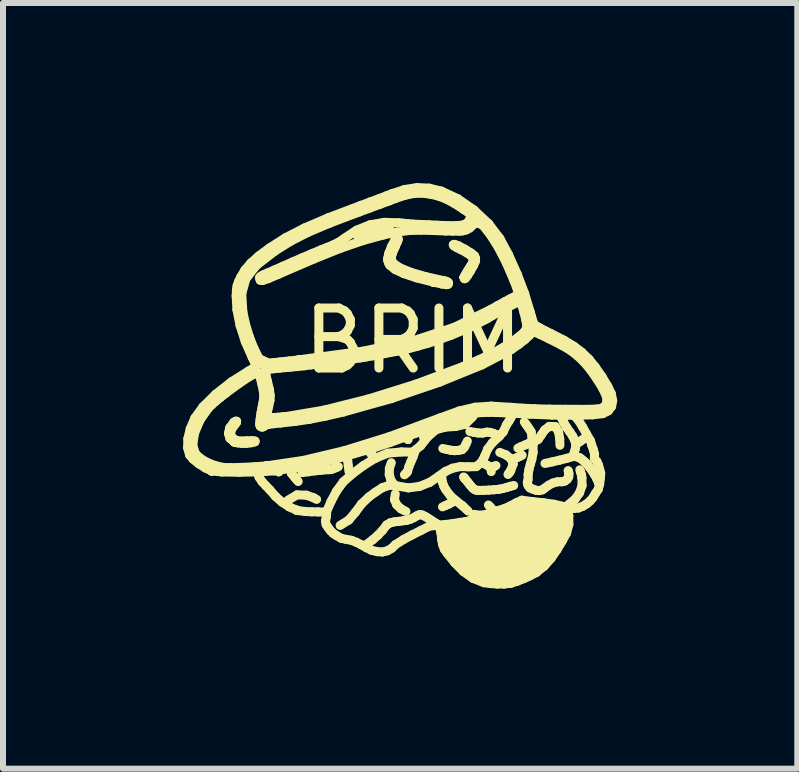
<source format=kicad_pcb>
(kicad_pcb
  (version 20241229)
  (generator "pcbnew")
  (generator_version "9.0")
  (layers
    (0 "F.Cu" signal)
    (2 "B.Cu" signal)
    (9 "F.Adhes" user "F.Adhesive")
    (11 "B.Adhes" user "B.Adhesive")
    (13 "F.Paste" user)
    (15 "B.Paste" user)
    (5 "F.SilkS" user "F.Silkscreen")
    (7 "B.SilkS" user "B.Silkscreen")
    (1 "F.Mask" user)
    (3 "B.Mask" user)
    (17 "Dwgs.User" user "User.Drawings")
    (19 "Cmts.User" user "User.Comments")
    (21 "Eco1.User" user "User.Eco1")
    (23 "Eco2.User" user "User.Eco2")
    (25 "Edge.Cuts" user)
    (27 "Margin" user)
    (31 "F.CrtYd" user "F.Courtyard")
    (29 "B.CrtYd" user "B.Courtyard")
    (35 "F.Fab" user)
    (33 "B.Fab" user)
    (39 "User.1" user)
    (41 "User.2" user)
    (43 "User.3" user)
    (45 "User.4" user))
  (footprint "BRIM"
    (layer "F.Cu")
    (at 3.701 3.573)
    (property "Reference" "BRIM" (at 0.132 -0.947 0) (layer "F.SilkS") (effects (font (size 1 1) (thickness 0.15))))
    (attr through_hole)
    (fp_line (start -3.626 0.835) (end -3.622 0.686) (stroke (width 0.15) (type solid)) (layer "F.SilkS"))
    (fp_line (start -3.622 0.686) (end -3.582 0.519) (stroke (width 0.15) (type solid)) (layer "F.SilkS"))
    (fp_line (start -3.593 0.956) (end -3.626 0.835) (stroke (width 0.15) (type solid)) (layer "F.SilkS"))
    (fp_line (start -3.582 0.519) (end -3.505 0.34) (stroke (width 0.15) (type solid)) (layer "F.SilkS"))
    (fp_line (start -3.54 0.795) (end -3.495 0.937) (stroke (width 0.15) (type solid)) (layer "F.SilkS"))
    (fp_line (start -3.536 1.024) (end -3.593 0.956) (stroke (width 0.15) (type solid)) (layer "F.SilkS"))
    (fp_line (start -3.512 0.597) (end -3.54 0.795) (stroke (width 0.15) (type solid)) (layer "F.SilkS"))
    (fp_line (start -3.505 0.34) (end -3.369 0.152) (stroke (width 0.15) (type solid)) (layer "F.SilkS"))
    (fp_line (start -3.495 0.937) (end -3.41 1.014) (stroke (width 0.15) (type solid)) (layer "F.SilkS"))
    (fp_line (start -3.439 1.103) (end -3.536 1.024) (stroke (width 0.15) (type solid)) (layer "F.SilkS"))
    (fp_line (start -3.42 0.377) (end -3.512 0.597) (stroke (width 0.15) (type solid)) (layer "F.SilkS"))
    (fp_line (start -3.41 1.014) (end -3.298 1.081) (stroke (width 0.15) (type solid)) (layer "F.SilkS"))
    (fp_line (start -3.369 0.152) (end -3.156 -0.058) (stroke (width 0.15) (type solid)) (layer "F.SilkS"))
    (fp_line (start -3.327 1.174) (end -3.439 1.103) (stroke (width 0.15) (type solid)) (layer "F.SilkS"))
    (fp_line (start -3.298 1.081) (end -3.168 1.132) (stroke (width 0.15) (type solid)) (layer "F.SilkS"))
    (fp_line (start -3.277 0.172) (end -3.42 0.377) (stroke (width 0.15) (type solid)) (layer "F.SilkS"))
    (fp_line (start -3.229 0.125) (end -3.276 0.172) (stroke (width 0.15) (type solid)) (layer "F.SilkS"))
    (fp_line (start -3.225 1.222) (end -3.225 1.222) (stroke (width 0.15) (type solid)) (layer "F.SilkS"))
    (fp_line (start -3.225 1.222) (end -3.225 1.222) (stroke (width 0.15) (type solid)) (layer "F.SilkS"))
    (fp_line (start -3.225 1.222) (end -3.225 1.222) (stroke (width 0.15) (type solid)) (layer "F.SilkS"))
    (fp_line (start -3.225 1.222) (end -3.225 1.222) (stroke (width 0.15) (type solid)) (layer "F.SilkS"))
    (fp_line (start -3.225 1.222) (end -3.225 1.222) (stroke (width 0.15) (type solid)) (layer "F.SilkS"))
    (fp_line (start -3.225 1.222) (end -3.225 1.222) (stroke (width 0.15) (type solid)) (layer "F.SilkS"))
    (fp_line (start -3.225 1.222) (end -3.225 1.222) (stroke (width 0.15) (type solid)) (layer "F.SilkS"))
    (fp_line (start -3.224 1.221) (end -3.327 1.174) (stroke (width 0.15) (type solid)) (layer "F.SilkS"))
    (fp_line (start -3.168 1.132) (end -3.028 1.164) (stroke (width 0.15) (type solid)) (layer "F.SilkS"))
    (fp_line (start -3.159 0.063) (end -3.229 0.125) (stroke (width 0.15) (type solid)) (layer "F.SilkS"))
    (fp_line (start -3.156 -0.058) (end -2.894 -0.264) (stroke (width 0.15) (type solid)) (layer "F.SilkS"))
    (fp_line (start -3.075 -0.006) (end -3.159 0.063) (stroke (width 0.15) (type solid)) (layer "F.SilkS"))
    (fp_line (start -3.057 1.239) (end -3.224 1.221) (stroke (width 0.15) (type solid)) (layer "F.SilkS"))
    (fp_line (start -3.028 1.164) (end -2.916 1.168) (stroke (width 0.15) (type solid)) (layer "F.SilkS"))
    (fp_line (start -2.987 -0.075) (end -3.075 -0.006) (stroke (width 0.15) (type solid)) (layer "F.SilkS"))
    (fp_line (start -2.946 0.597) (end -2.925 0.504) (stroke (width 0.15) (type solid)) (layer "F.SilkS"))
    (fp_line (start -2.925 0.504) (end -2.859 0.415) (stroke (width 0.15) (type solid)) (layer "F.SilkS"))
    (fp_line (start -2.921 0.679) (end -2.946 0.597) (stroke (width 0.15) (type solid)) (layer "F.SilkS"))
    (fp_line (start -2.916 1.168) (end -2.724 1.163) (stroke (width 0.15) (type solid)) (layer "F.SilkS"))
    (fp_line (start -2.911 0.589) (end -2.899 0.647) (stroke (width 0.15) (type solid)) (layer "F.SilkS"))
    (fp_line (start -2.899 0.647) (end -2.852 0.693) (stroke (width 0.15) (type solid)) (layer "F.SilkS"))
    (fp_line (start -2.894 -0.264) (end -2.61 -0.443) (stroke (width 0.15) (type solid)) (layer "F.SilkS"))
    (fp_line (start -2.889 0.521) (end -2.911 0.589) (stroke (width 0.15) (type solid)) (layer "F.SilkS"))
    (fp_line (start -2.859 0.415) (end -2.827 0.394) (stroke (width 0.15) (type solid)) (layer "F.SilkS"))
    (fp_line (start -2.853 0.693) (end -2.817 0.712) (stroke (width 0.15) (type solid)) (layer "F.SilkS"))
    (fp_line (start -2.851 0.737) (end -2.921 0.679) (stroke (width 0.15) (type solid)) (layer "F.SilkS"))
    (fp_line (start -2.851 0.738) (end -2.851 0.738) (stroke (width 0.15) (type solid)) (layer "F.SilkS"))
    (fp_line (start -2.851 0.738) (end -2.851 0.738) (stroke (width 0.15) (type solid)) (layer "F.SilkS"))
    (fp_line (start -2.851 0.738) (end -2.851 0.738) (stroke (width 0.15) (type solid)) (layer "F.SilkS"))
    (fp_line (start -2.851 0.738) (end -2.851 0.738) (stroke (width 0.15) (type solid)) (layer "F.SilkS"))
    (fp_line (start -2.851 0.738) (end -2.851 0.738) (stroke (width 0.15) (type solid)) (layer "F.SilkS"))
    (fp_line (start -2.851 0.738) (end -2.851 0.738) (stroke (width 0.15) (type solid)) (layer "F.SilkS"))
    (fp_line (start -2.851 0.738) (end -2.851 0.738) (stroke (width 0.15) (type solid)) (layer "F.SilkS"))
    (fp_line (start -2.834 0.445) (end -2.889 0.521) (stroke (width 0.15) (type solid)) (layer "F.SilkS"))
    (fp_line (start -2.827 0.394) (end -2.81 0.394) (stroke (width 0.15) (type solid)) (layer "F.SilkS"))
    (fp_line (start -2.817 -1.696) (end -2.812 -1.793) (stroke (width 0.15) (type solid)) (layer "F.SilkS"))
    (fp_line (start -2.817 0.712) (end -2.779 0.722) (stroke (width 0.15) (type solid)) (layer "F.SilkS"))
    (fp_line (start -2.812 -1.793) (end -2.801 -1.863) (stroke (width 0.15) (type solid)) (layer "F.SilkS"))
    (fp_line (start -2.811 0.413) (end -2.834 0.445) (stroke (width 0.15) (type solid)) (layer "F.SilkS"))
    (fp_line (start -2.81 0.394) (end -2.811 0.413) (stroke (width 0.15) (type solid)) (layer "F.SilkS"))
    (fp_line (start -2.804 -1.463) (end -2.817 -1.696) (stroke (width 0.15) (type solid)) (layer "F.SilkS"))
    (fp_line (start -2.801 -1.863) (end -2.78 -1.926) (stroke (width 0.15) (type solid)) (layer "F.SilkS"))
    (fp_line (start -2.796 0.754) (end -2.851 0.738) (stroke (width 0.15) (type solid)) (layer "F.SilkS"))
    (fp_line (start -2.78 -1.926) (end -2.743 -2.004) (stroke (width 0.15) (type solid)) (layer "F.SilkS"))
    (fp_line (start -2.779 0.722) (end -2.726 0.724) (stroke (width 0.15) (type solid)) (layer "F.SilkS"))
    (fp_line (start -2.769 -0.235) (end -2.987 -0.075) (stroke (width 0.15) (type solid)) (layer "F.SilkS"))
    (fp_line (start -2.768 1.244) (end -3.057 1.239) (stroke (width 0.15) (type solid)) (layer "F.SilkS"))
    (fp_line (start -2.752 -1.201) (end -2.804 -1.463) (stroke (width 0.15) (type solid)) (layer "F.SilkS"))
    (fp_line (start -2.743 -2.004) (end -2.671 -2.126) (stroke (width 0.15) (type solid)) (layer "F.SilkS"))
    (fp_line (start -2.726 0.762) (end -2.796 0.754) (stroke (width 0.15) (type solid)) (layer "F.SilkS"))
    (fp_line (start -2.726 0.724) (end -2.646 0.72) (stroke (width 0.15) (type solid)) (layer "F.SilkS"))
    (fp_line (start -2.724 -1.731) (end -2.705 -1.423) (stroke (width 0.15) (type solid)) (layer "F.SilkS"))
    (fp_line (start -2.724 1.163) (end -2.505 1.152) (stroke (width 0.15) (type solid)) (layer "F.SilkS"))
    (fp_line (start -2.705 -1.423) (end -2.661 -1.222) (stroke (width 0.15) (type solid)) (layer "F.SilkS"))
    (fp_line (start -2.671 -2.126) (end -2.573 -2.241) (stroke (width 0.15) (type solid)) (layer "F.SilkS"))
    (fp_line (start -2.665 -0.93) (end -2.752 -1.201) (stroke (width 0.15) (type solid)) (layer "F.SilkS"))
    (fp_line (start -2.661 -1.222) (end -2.6 -1.02) (stroke (width 0.15) (type solid)) (layer "F.SilkS"))
    (fp_line (start -2.655 -1.979) (end -2.724 -1.731) (stroke (width 0.15) (type solid)) (layer "F.SilkS"))
    (fp_line (start -2.647 0.762) (end -2.726 0.762) (stroke (width 0.15) (type solid)) (layer "F.SilkS"))
    (fp_line (start -2.646 0.72) (end -2.553 0.718) (stroke (width 0.15) (type solid)) (layer "F.SilkS"))
    (fp_line (start -2.61 -0.443) (end -2.559 -0.471) (stroke (width 0.15) (type solid)) (layer "F.SilkS"))
    (fp_line (start -2.604 -0.345) (end -2.769 -0.235) (stroke (width 0.15) (type solid)) (layer "F.SilkS"))
    (fp_line (start -2.6 -1.02) (end -2.524 -0.827) (stroke (width 0.15) (type solid)) (layer "F.SilkS"))
    (fp_line (start -2.573 -2.241) (end -2.441 -2.359) (stroke (width 0.15) (type solid)) (layer "F.SilkS"))
    (fp_line (start -2.566 0.753) (end -2.647 0.762) (stroke (width 0.15) (type solid)) (layer "F.SilkS"))
    (fp_line (start -2.559 -0.471) (end -2.518 -0.497) (stroke (width 0.15) (type solid)) (layer "F.SilkS"))
    (fp_line (start -2.553 0.718) (end -2.503 0.724) (stroke (width 0.15) (type solid)) (layer "F.SilkS"))
    (fp_line (start -2.551 -0.673) (end -2.665 -0.93) (stroke (width 0.15) (type solid)) (layer "F.SilkS"))
    (fp_line (start -2.524 -0.827) (end -2.435 -0.648) (stroke (width 0.15) (type solid)) (layer "F.SilkS"))
    (fp_line (start -2.523 -0.619) (end -2.551 -0.673) (stroke (width 0.15) (type solid)) (layer "F.SilkS"))
    (fp_line (start -2.518 -0.497) (end -2.49 -0.515) (stroke (width 0.15) (type solid)) (layer "F.SilkS"))
    (fp_line (start -2.505 1.152) (end -2.311 1.138) (stroke (width 0.15) (type solid)) (layer "F.SilkS"))
    (fp_line (start -2.505 0.737) (end -2.566 0.752) (stroke (width 0.15) (type solid)) (layer "F.SilkS"))
    (fp_line (start -2.503 0.724) (end -2.505 0.737) (stroke (width 0.15) (type solid)) (layer "F.SilkS"))
    (fp_line (start -2.501 -0.573) (end -2.523 -0.619) (stroke (width 0.15) (type solid)) (layer "F.SilkS"))
    (fp_line (start -2.495 -0.403) (end -2.604 -0.345) (stroke (width 0.15) (type solid)) (layer "F.SilkS"))
    (fp_line (start -2.49 -0.515) (end -2.48 -0.525) (stroke (width 0.15) (type solid)) (layer "F.SilkS"))
    (fp_line (start -2.486 -0.541) (end -2.501 -0.573) (stroke (width 0.15) (type solid)) (layer "F.SilkS"))
    (fp_line (start -2.48 -0.525) (end -2.486 -0.541) (stroke (width 0.15) (type solid)) (layer "F.SilkS"))
    (fp_line (start -2.478 -2.204) (end -2.655 -1.979) (stroke (width 0.15) (type solid)) (layer "F.SilkS"))
    (fp_line (start -2.447 1.238) (end -2.768 1.244) (stroke (width 0.15) (type solid)) (layer "F.SilkS"))
    (fp_line (start -2.445 -0.409) (end -2.495 -0.403) (stroke (width 0.15) (type solid)) (layer "F.SilkS"))
    (fp_line (start -2.441 -2.359) (end -2.263 -2.492) (stroke (width 0.15) (type solid)) (layer "F.SilkS"))
    (fp_line (start -2.435 1.327) (end -2.464 1.24) (stroke (width 0.15) (type solid)) (layer "F.SilkS"))
    (fp_line (start -2.435 -0.648) (end -2.423 -0.626) (stroke (width 0.15) (type solid)) (layer "F.SilkS"))
    (fp_line (start -2.427 -1.994) (end -2.421 -2.006) (stroke (width 0.15) (type solid)) (layer "F.SilkS"))
    (fp_line (start -2.424 0.422) (end -2.418 0.363) (stroke (width 0.15) (type solid)) (layer "F.SilkS"))
    (fp_line (start -2.423 -0.626) (end -2.411 -0.605) (stroke (width 0.15) (type solid)) (layer "F.SilkS"))
    (fp_line (start -2.423 0.457) (end -2.424 0.422) (stroke (width 0.15) (type solid)) (layer "F.SilkS"))
    (fp_line (start -2.422 -0.35) (end -2.445 -0.409) (stroke (width 0.15) (type solid)) (layer "F.SilkS"))
    (fp_line (start -2.421 -2.006) (end -2.405 -2.02) (stroke (width 0.15) (type solid)) (layer "F.SilkS"))
    (fp_line (start -2.418 0.363) (end -2.411 0.311) (stroke (width 0.15) (type solid)) (layer "F.SilkS"))
    (fp_line (start -2.417 -1.956) (end -2.427 -1.994) (stroke (width 0.15) (type solid)) (layer "F.SilkS"))
    (fp_line (start -2.415 0.477) (end -2.423 0.457) (stroke (width 0.15) (type solid)) (layer "F.SilkS"))
    (fp_line (start -2.411 0.311) (end -2.402 0.251) (stroke (width 0.15) (type solid)) (layer "F.SilkS"))
    (fp_line (start -2.411 -0.605) (end -2.399 -0.583) (stroke (width 0.15) (type solid)) (layer "F.SilkS"))
    (fp_line (start -2.405 -2.02) (end -2.381 -2.036) (stroke (width 0.15) (type solid)) (layer "F.SilkS"))
    (fp_line (start -2.402 0.251) (end -2.391 0.191) (stroke (width 0.15) (type solid)) (layer "F.SilkS"))
    (fp_line (start -2.399 0.487) (end -2.415 0.477) (stroke (width 0.15) (type solid)) (layer "F.SilkS"))
    (fp_line (start -2.399 -0.583) (end -2.387 -0.562) (stroke (width 0.15) (type solid)) (layer "F.SilkS"))
    (fp_line (start -2.396 -0.628) (end -2.435 -0.648) (stroke (width 0.15) (type solid)) (layer "F.SilkS"))
    (fp_line (start -2.392 -0.238) (end -2.422 -0.35) (stroke (width 0.15) (type solid)) (layer "F.SilkS"))
    (fp_line (start -2.391 0.191) (end -2.381 0.138) (stroke (width 0.15) (type solid)) (layer "F.SilkS"))
    (fp_line (start -2.387 -0.562) (end -2.36 -0.565) (stroke (width 0.15) (type solid)) (layer "F.SilkS"))
    (fp_line (start -2.385 0.49) (end -2.399 0.487) (stroke (width 0.15) (type solid)) (layer "F.SilkS"))
    (fp_line (start -2.385 1.401) (end -2.435 1.327) (stroke (width 0.15) (type solid)) (layer "F.SilkS"))
    (fp_line (start -2.381 0.138) (end -2.371 0.089) (stroke (width 0.15) (type solid)) (layer "F.SilkS"))
    (fp_line (start -2.381 -2.036) (end -2.351 -2.051) (stroke (width 0.15) (type solid)) (layer "F.SilkS"))
    (fp_line (start -2.376 -1.951) (end -2.417 -1.956) (stroke (width 0.15) (type solid)) (layer "F.SilkS"))
    (fp_line (start -2.371 0.488) (end -2.385 0.49) (stroke (width 0.15) (type solid)) (layer "F.SilkS"))
    (fp_line (start -2.371 0.089) (end -2.363 0.041) (stroke (width 0.15) (type solid)) (layer "F.SilkS"))
    (fp_line (start -2.366 -0.117) (end -2.392 -0.238) (stroke (width 0.15) (type solid)) (layer "F.SilkS"))
    (fp_line (start -2.363 0.041) (end -2.357 -0.002) (stroke (width 0.15) (type solid)) (layer "F.SilkS"))
    (fp_line (start -2.36 -0.565) (end -2.332 -0.567) (stroke (width 0.15) (type solid)) (layer "F.SilkS"))
    (fp_line (start -2.358 0.482) (end -2.371 0.488) (stroke (width 0.15) (type solid)) (layer "F.SilkS"))
    (fp_line (start -2.357 -0.002) (end -2.355 -0.033) (stroke (width 0.15) (type solid)) (layer "F.SilkS"))
    (fp_line (start -2.356 -0.609) (end -2.396 -0.628) (stroke (width 0.15) (type solid)) (layer "F.SilkS"))
    (fp_line (start -2.355 -0.033) (end -2.366 -0.117) (stroke (width 0.15) (type solid)) (layer "F.SilkS"))
    (fp_line (start -2.351 -2.051) (end -2.29 -2.077) (stroke (width 0.15) (type solid)) (layer "F.SilkS"))
    (fp_line (start -2.348 0.472) (end -2.358 0.482) (stroke (width 0.15) (type solid)) (layer "F.SilkS"))
    (fp_line (start -2.335 -0.463) (end -2.334 -0.446) (stroke (width 0.15) (type solid)) (layer "F.SilkS"))
    (fp_line (start -2.334 -0.446) (end -2.326 -0.403) (stroke (width 0.15) (type solid)) (layer "F.SilkS"))
    (fp_line (start -2.332 -0.567) (end -2.305 -0.57) (stroke (width 0.15) (type solid)) (layer "F.SilkS"))
    (fp_line (start -2.326 -0.403) (end -2.313 -0.342) (stroke (width 0.15) (type solid)) (layer "F.SilkS"))
    (fp_line (start -2.325 0.458) (end -2.348 0.472) (stroke (width 0.15) (type solid)) (layer "F.SilkS"))
    (fp_line (start -2.322 1.468) (end -2.385 1.401) (stroke (width 0.15) (type solid)) (layer "F.SilkS"))
    (fp_line (start -2.317 -0.591) (end -2.356 -0.609) (stroke (width 0.15) (type solid)) (layer "F.SilkS"))
    (fp_line (start -2.314 -0.467) (end -2.335 -0.463) (stroke (width 0.15) (type solid)) (layer "F.SilkS"))
    (fp_line (start -2.313 -0.342) (end -2.295 -0.268) (stroke (width 0.15) (type solid)) (layer "F.SilkS"))
    (fp_line (start -2.311 1.138) (end -2.311 1.138) (stroke (width 0.15) (type solid)) (layer "F.SilkS"))
    (fp_line (start -2.311 1.138) (end -2.311 1.138) (stroke (width 0.15) (type solid)) (layer "F.SilkS"))
    (fp_line (start -2.311 1.138) (end -2.311 1.138) (stroke (width 0.15) (type solid)) (layer "F.SilkS"))
    (fp_line (start -2.311 1.138) (end -2.311 1.138) (stroke (width 0.15) (type solid)) (layer "F.SilkS"))
    (fp_line (start -2.311 1.138) (end -2.311 1.138) (stroke (width 0.15) (type solid)) (layer "F.SilkS"))
    (fp_line (start -2.311 1.138) (end -2.311 1.138) (stroke (width 0.15) (type solid)) (layer "F.SilkS"))
    (fp_line (start -2.311 1.138) (end -2.311 1.138) (stroke (width 0.15) (type solid)) (layer "F.SilkS"))
    (fp_line (start -2.31 1.137) (end -1.696 1.046) (stroke (width 0.15) (type solid)) (layer "F.SilkS"))
    (fp_line (start -2.305 -0.57) (end -2.277 -0.572) (stroke (width 0.15) (type solid)) (layer "F.SilkS"))
    (fp_line (start -2.301 0.284) (end -2.299 0.311) (stroke (width 0.15) (type solid)) (layer "F.SilkS"))
    (fp_line (start -2.299 0.311) (end -2.29 0.326) (stroke (width 0.15) (type solid)) (layer "F.SilkS"))
    (fp_line (start -2.299 0.257) (end -2.301 0.284) (stroke (width 0.15) (type solid)) (layer "F.SilkS"))
    (fp_line (start -2.295 -0.268) (end -2.263 -0.133) (stroke (width 0.15) (type solid)) (layer "F.SilkS"))
    (fp_line (start -2.293 0.22) (end -2.299 0.257) (stroke (width 0.15) (type solid)) (layer "F.SilkS"))
    (fp_line (start -2.29 -2.077) (end -2.181 -2.125) (stroke (width 0.15) (type solid)) (layer "F.SilkS"))
    (fp_line (start -2.29 0.326) (end -2.267 0.333) (stroke (width 0.15) (type solid)) (layer "F.SilkS"))
    (fp_line (start -2.285 0.179) (end -2.293 0.22) (stroke (width 0.15) (type solid)) (layer "F.SilkS"))
    (fp_line (start -2.282 -1.982) (end -2.376 -1.951) (stroke (width 0.15) (type solid)) (layer "F.SilkS"))
    (fp_line (start -2.277 -0.572) (end -2.317 -0.591) (stroke (width 0.15) (type solid)) (layer "F.SilkS"))
    (fp_line (start -2.277 -0.573) (end -2.203 -0.581) (stroke (width 0.15) (type solid)) (layer "F.SilkS"))
    (fp_line (start -2.277 0.446) (end -2.325 0.458) (stroke (width 0.15) (type solid)) (layer "F.SilkS"))
    (fp_line (start -2.274 0.136) (end -2.285 0.179) (stroke (width 0.15) (type solid)) (layer "F.SilkS"))
    (fp_line (start -2.267 0.333) (end -2.225 0.333) (stroke (width 0.15) (type solid)) (layer "F.SilkS"))
    (fp_line (start -2.263 -0.133) (end -2.25 -0.036) (stroke (width 0.15) (type solid)) (layer "F.SilkS"))
    (fp_line (start -2.263 -2.492) (end -1.993 -2.664) (stroke (width 0.15) (type solid)) (layer "F.SilkS"))
    (fp_line (start -2.262 -0.473) (end -2.314 -0.467) (stroke (width 0.15) (type solid)) (layer "F.SilkS"))
    (fp_line (start -2.258 1.535) (end -2.322 1.468) (stroke (width 0.15) (type solid)) (layer "F.SilkS"))
    (fp_line (start -2.254 0.046) (end -2.274 0.136) (stroke (width 0.15) (type solid)) (layer "F.SilkS"))
    (fp_line (start -2.25 -0.036) (end -2.254 0.046) (stroke (width 0.15) (type solid)) (layer "F.SilkS"))
    (fp_line (start -2.225 0.334) (end -2.182 0.332) (stroke (width 0.15) (type solid)) (layer "F.SilkS"))
    (fp_line (start -2.203 -0.581) (end -2.083 -0.594) (stroke (width 0.15) (type solid)) (layer "F.SilkS"))
    (fp_line (start -2.196 0.435) (end -2.277 0.446) (stroke (width 0.15) (type solid)) (layer "F.SilkS"))
    (fp_line (start -2.186 -0.481) (end -2.262 -0.473) (stroke (width 0.15) (type solid)) (layer "F.SilkS"))
    (fp_line (start -2.184 1.22) (end -2.447 1.238) (stroke (width 0.15) (type solid)) (layer "F.SilkS"))
    (fp_line (start -2.182 0.332) (end -2.124 0.328) (stroke (width 0.15) (type solid)) (layer "F.SilkS"))
    (fp_line (start -2.181 -2.125) (end -2.039 -2.188) (stroke (width 0.15) (type solid)) (layer "F.SilkS"))
    (fp_line (start -2.176 -2.438) (end -2.478 -2.204) (stroke (width 0.15) (type solid)) (layer "F.SilkS"))
    (fp_line (start -2.162 1.645) (end -2.258 1.535) (stroke (width 0.15) (type solid)) (layer "F.SilkS"))
    (fp_line (start -2.124 0.328) (end -2.056 0.322) (stroke (width 0.15) (type solid)) (layer "F.SilkS"))
    (fp_line (start -2.113 -2.054) (end -2.282 -1.982) (stroke (width 0.15) (type solid)) (layer "F.SilkS"))
    (fp_line (start -2.11 1.235) (end -2.11 1.238) (stroke (width 0.15) (type solid)) (layer "F.SilkS"))
    (fp_line (start -2.11 1.233) (end -2.11 1.235) (stroke (width 0.15) (type solid)) (layer "F.SilkS"))
    (fp_line (start -2.11 1.231) (end -2.11 1.233) (stroke (width 0.15) (type solid)) (layer "F.SilkS"))
    (fp_line (start -2.11 1.228) (end -2.11 1.231) (stroke (width 0.15) (type solid)) (layer "F.SilkS"))
    (fp_line (start -2.095 -0.49) (end -2.186 -0.481) (stroke (width 0.15) (type solid)) (layer "F.SilkS"))
    (fp_line (start -2.083 -0.594) (end -1.934 -0.61) (stroke (width 0.15) (type solid)) (layer "F.SilkS"))
    (fp_line (start -2.077 0.424) (end -2.196 0.435) (stroke (width 0.15) (type solid)) (layer "F.SilkS"))
    (fp_line (start -2.056 0.322) (end -1.987 0.315) (stroke (width 0.15) (type solid)) (layer "F.SilkS"))
    (fp_line (start -2.054 1.741) (end -2.162 1.645) (stroke (width 0.15) (type solid)) (layer "F.SilkS"))
    (fp_line (start -2.039 -2.188) (end -1.88 -2.258) (stroke (width 0.15) (type solid)) (layer "F.SilkS"))
    (fp_line (start -1.993 -2.664) (end -1.678 -2.826) (stroke (width 0.15) (type solid)) (layer "F.SilkS"))
    (fp_line (start -1.988 0.316) (end -1.355 0.209) (stroke (width 0.15) (type solid)) (layer "F.SilkS"))
    (fp_line (start -1.987 0.315) (end -1.987 0.315) (stroke (width 0.15) (type solid)) (layer "F.SilkS"))
    (fp_line (start -1.987 0.315) (end -1.987 0.315) (stroke (width 0.15) (type solid)) (layer "F.SilkS"))
    (fp_line (start -1.987 0.315) (end -1.987 0.315) (stroke (width 0.15) (type solid)) (layer "F.SilkS"))
    (fp_line (start -1.987 0.315) (end -1.987 0.315) (stroke (width 0.15) (type solid)) (layer "F.SilkS"))
    (fp_line (start -1.987 0.315) (end -1.987 0.315) (stroke (width 0.15) (type solid)) (layer "F.SilkS"))
    (fp_line (start -1.987 0.315) (end -1.987 0.315) (stroke (width 0.15) (type solid)) (layer "F.SilkS"))
    (fp_line (start -1.987 0.315) (end -1.987 0.315) (stroke (width 0.15) (type solid)) (layer "F.SilkS"))
    (fp_line (start -1.951 1.707) (end -1.802 1.62) (stroke (width 0.15) (type solid)) (layer "F.SilkS"))
    (fp_line (start -1.934 -0.61) (end -1.772 -0.628) (stroke (width 0.15) (type solid)) (layer "F.SilkS"))
    (fp_line (start -1.933 1.82) (end -2.054 1.741) (stroke (width 0.15) (type solid)) (layer "F.SilkS"))
    (fp_line (start -1.92 -0.506) (end -2.095 -0.49) (stroke (width 0.15) (type solid)) (layer "F.SilkS"))
    (fp_line (start -1.916 -2.601) (end -2.176 -2.438) (stroke (width 0.15) (type solid)) (layer "F.SilkS"))
    (fp_line (start -1.913 1.193) (end -1.916 1.182) (stroke (width 0.15) (type solid)) (layer "F.SilkS"))
    (fp_line (start -1.908 1.212) (end -1.913 1.193) (stroke (width 0.15) (type solid)) (layer "F.SilkS"))
    (fp_line (start -1.902 1.235) (end -1.908 1.212) (stroke (width 0.15) (type solid)) (layer "F.SilkS"))
    (fp_line (start -1.897 1.262) (end -1.902 1.235) (stroke (width 0.15) (type solid)) (layer "F.SilkS"))
    (fp_line (start -1.88 -2.258) (end -1.712 -2.331) (stroke (width 0.15) (type solid)) (layer "F.SilkS"))
    (fp_line (start -1.868 1.296) (end -1.896 1.261) (stroke (width 0.15) (type solid)) (layer "F.SilkS"))
    (fp_line (start -1.84 1.33) (end -1.868 1.296) (stroke (width 0.15) (type solid)) (layer "F.SilkS"))
    (fp_line (start -1.84 0.398) (end -2.077 0.423) (stroke (width 0.15) (type solid)) (layer "F.SilkS"))
    (fp_line (start -1.812 1.165) (end -2.184 1.22) (stroke (width 0.15) (type solid)) (layer "F.SilkS"))
    (fp_line (start -1.812 1.364) (end -1.84 1.33) (stroke (width 0.15) (type solid)) (layer "F.SilkS"))
    (fp_line (start -1.802 1.62) (end -1.647 1.626) (stroke (width 0.15) (type solid)) (layer "F.SilkS"))
    (fp_line (start -1.802 1.88) (end -1.933 1.82) (stroke (width 0.15) (type solid)) (layer "F.SilkS"))
    (fp_line (start -1.802 1.878) (end -1.802 1.878) (stroke (width 0.15) (type solid)) (layer "F.SilkS"))
    (fp_line (start -1.802 1.878) (end -1.802 1.878) (stroke (width 0.15) (type solid)) (layer "F.SilkS"))
    (fp_line (start -1.802 1.878) (end -1.802 1.878) (stroke (width 0.15) (type solid)) (layer "F.SilkS"))
    (fp_line (start -1.802 1.878) (end -1.802 1.878) (stroke (width 0.15) (type solid)) (layer "F.SilkS"))
    (fp_line (start -1.802 1.878) (end -1.802 1.878) (stroke (width 0.15) (type solid)) (layer "F.SilkS"))
    (fp_line (start -1.802 1.878) (end -1.802 1.878) (stroke (width 0.15) (type solid)) (layer "F.SilkS"))
    (fp_line (start -1.802 1.878) (end -1.802 1.878) (stroke (width 0.15) (type solid)) (layer "F.SilkS"))
    (fp_line (start -1.792 -0.518) (end -1.92 -0.506) (stroke (width 0.15) (type solid)) (layer "F.SilkS"))
    (fp_line (start -1.784 1.398) (end -1.812 1.364) (stroke (width 0.15) (type solid)) (layer "F.SilkS"))
    (fp_line (start -1.773 -0.629) (end -0.707 -0.773) (stroke (width 0.15) (type solid)) (layer "F.SilkS"))
    (fp_line (start -1.772 -0.628) (end -1.772 -0.628) (stroke (width 0.15) (type solid)) (layer "F.SilkS"))
    (fp_line (start -1.772 -0.628) (end -1.772 -0.628) (stroke (width 0.15) (type solid)) (layer "F.SilkS"))
    (fp_line (start -1.772 -0.628) (end -1.772 -0.628) (stroke (width 0.15) (type solid)) (layer "F.SilkS"))
    (fp_line (start -1.772 -0.628) (end -1.772 -0.628) (stroke (width 0.15) (type solid)) (layer "F.SilkS"))
    (fp_line (start -1.772 -0.628) (end -1.772 -0.628) (stroke (width 0.15) (type solid)) (layer "F.SilkS"))
    (fp_line (start -1.772 -0.628) (end -1.772 -0.628) (stroke (width 0.15) (type solid)) (layer "F.SilkS"))
    (fp_line (start -1.772 -0.628) (end -1.772 -0.628) (stroke (width 0.15) (type solid)) (layer "F.SilkS"))
    (fp_line (start -1.719 1.25) (end -1.611 1.235) (stroke (width 0.15) (type solid)) (layer "F.SilkS"))
    (fp_line (start -1.712 -2.331) (end -1.546 -2.402) (stroke (width 0.15) (type solid)) (layer "F.SilkS"))
    (fp_line (start -1.696 1.046) (end -1.018 0.885) (stroke (width 0.15) (type solid)) (layer "F.SilkS"))
    (fp_line (start -1.684 -0.53) (end -1.792 -0.518) (stroke (width 0.15) (type solid)) (layer "F.SilkS"))
    (fp_line (start -1.678 -2.826) (end -1.275 -2.999) (stroke (width 0.15) (type solid)) (layer "F.SilkS"))
    (fp_line (start -1.668 1.897) (end -1.802 1.88) (stroke (width 0.15) (type solid)) (layer "F.SilkS"))
    (fp_line (start -1.647 1.626) (end -1.526 1.669) (stroke (width 0.15) (type solid)) (layer "F.SilkS"))
    (fp_line (start -1.631 -2.748) (end -1.916 -2.601) (stroke (width 0.15) (type solid)) (layer "F.SilkS"))
    (fp_line (start -1.611 1.235) (end -1.504 1.22) (stroke (width 0.15) (type solid)) (layer "F.SilkS"))
    (fp_line (start -1.597 0.362) (end -1.84 0.398) (stroke (width 0.15) (type solid)) (layer "F.SilkS"))
    (fp_line (start -1.567 -0.545) (end -1.684 -0.53) (stroke (width 0.15) (type solid)) (layer "F.SilkS"))
    (fp_line (start -1.556 1.903) (end -1.668 1.897) (stroke (width 0.15) (type solid)) (layer "F.SilkS"))
    (fp_line (start -1.546 -2.402) (end -1.402 -2.462) (stroke (width 0.15) (type solid)) (layer "F.SilkS"))
    (fp_line (start -1.526 1.669) (end -1.477 1.696) (stroke (width 0.15) (type solid)) (layer "F.SilkS"))
    (fp_line (start -1.523 -2.309) (end -2.113 -2.054) (stroke (width 0.15) (type solid)) (layer "F.SilkS"))
    (fp_line (start -1.504 1.22) (end -1.396 1.209) (stroke (width 0.15) (type solid)) (layer "F.SilkS"))
    (fp_line (start -1.453 1.904) (end -1.556 1.903) (stroke (width 0.15) (type solid)) (layer "F.SilkS"))
    (fp_line (start -1.427 1.088) (end -1.812 1.165) (stroke (width 0.15) (type solid)) (layer "F.SilkS"))
    (fp_line (start -1.402 -2.462) (end -1.298 -2.503) (stroke (width 0.15) (type solid)) (layer "F.SilkS"))
    (fp_line (start -1.396 1.209) (end -1.287 1.201) (stroke (width 0.15) (type solid)) (layer "F.SilkS"))
    (fp_line (start -1.368 -0.572) (end -1.567 -0.545) (stroke (width 0.15) (type solid)) (layer "F.SilkS"))
    (fp_line (start -1.355 0.209) (end -0.617 0.024) (stroke (width 0.15) (type solid)) (layer "F.SilkS"))
    (fp_line (start -1.346 1.908) (end -1.453 1.904) (stroke (width 0.15) (type solid)) (layer "F.SilkS"))
    (fp_line (start -1.332 0.31) (end -1.597 0.362) (stroke (width 0.15) (type solid)) (layer "F.SilkS"))
    (fp_line (start -1.329 2.056) (end -1.316 1.987) (stroke (width 0.15) (type solid)) (layer "F.SilkS"))
    (fp_line (start -1.318 2.115) (end -1.329 2.056) (stroke (width 0.15) (type solid)) (layer "F.SilkS"))
    (fp_line (start -1.316 1.91) (end -1.237 1.731) (stroke (width 0.15) (type solid)) (layer "F.SilkS"))
    (fp_line (start -1.316 1.987) (end -1.31 1.931) (stroke (width 0.15) (type solid)) (layer "F.SilkS"))
    (fp_line (start -1.31 1.931) (end -1.346 1.907) (stroke (width 0.15) (type solid)) (layer "F.SilkS"))
    (fp_line (start -1.298 -2.503) (end -1.207 -2.54) (stroke (width 0.15) (type solid)) (layer "F.SilkS"))
    (fp_line (start -1.287 1.201) (end -1.265 1.2) (stroke (width 0.15) (type solid)) (layer "F.SilkS"))
    (fp_line (start -1.284 2.167) (end -1.318 2.115) (stroke (width 0.15) (type solid)) (layer "F.SilkS"))
    (fp_line (start -1.275 -2.999) (end -0.741 -3.201) (stroke (width 0.15) (type solid)) (layer "F.SilkS"))
    (fp_line (start -1.266 -2.903) (end -1.631 -2.748) (stroke (width 0.15) (type solid)) (layer "F.SilkS"))
    (fp_line (start -1.265 1.2) (end -1.244 1.198) (stroke (width 0.15) (type solid)) (layer "F.SilkS"))
    (fp_line (start -1.245 2.219) (end -1.284 2.167) (stroke (width 0.15) (type solid)) (layer "F.SilkS"))
    (fp_line (start -1.244 1.198) (end -1.223 1.193) (stroke (width 0.15) (type solid)) (layer "F.SilkS"))
    (fp_line (start -1.237 1.731) (end -1.146 1.559) (stroke (width 0.15) (type solid)) (layer "F.SilkS"))
    (fp_line (start -1.223 1.193) (end -1.202 1.185) (stroke (width 0.15) (type solid)) (layer "F.SilkS"))
    (fp_line (start -1.207 -2.54) (end -1.131 -2.577) (stroke (width 0.15) (type solid)) (layer "F.SilkS"))
    (fp_line (start -1.203 1.185) (end -1.181 1.176) (stroke (width 0.15) (type solid)) (layer "F.SilkS"))
    (fp_line (start -1.199 2.264) (end -1.245 2.219) (stroke (width 0.15) (type solid)) (layer "F.SilkS"))
    (fp_line (start -1.194 -0.595) (end -1.368 -0.572) (stroke (width 0.15) (type solid)) (layer "F.SilkS"))
    (fp_line (start -1.181 1.176) (end -1.159 1.168) (stroke (width 0.15) (type solid)) (layer "F.SilkS"))
    (fp_line (start -1.159 1.168) (end -1.137 1.159) (stroke (width 0.15) (type solid)) (layer "F.SilkS"))
    (fp_line (start -1.146 2.298) (end -1.199 2.264) (stroke (width 0.15) (type solid)) (layer "F.SilkS"))
    (fp_line (start -1.146 1.559) (end -1.032 1.403) (stroke (width 0.15) (type solid)) (layer "F.SilkS"))
    (fp_line (start -1.137 1.159) (end -1.115 1.15) (stroke (width 0.15) (type solid)) (layer "F.SilkS"))
    (fp_line (start -1.131 -2.577) (end -1.066 -2.615) (stroke (width 0.15) (type solid)) (layer "F.SilkS"))
    (fp_line (start -1.085 2.129) (end -0.94 2.039) (stroke (width 0.15) (type solid)) (layer "F.SilkS"))
    (fp_line (start -1.073 -2.489) (end -1.523 -2.309) (stroke (width 0.15) (type solid)) (layer "F.SilkS"))
    (fp_line (start -1.07 2.343) (end -1.147 2.298) (stroke (width 0.15) (type solid)) (layer "F.SilkS"))
    (fp_line (start -1.066 -2.615) (end -1.011 -2.655) (stroke (width 0.15) (type solid)) (layer "F.SilkS"))
    (fp_line (start -1.063 -0.613) (end -1.194 -0.595) (stroke (width 0.15) (type solid)) (layer "F.SilkS"))
    (fp_line (start -1.032 1.403) (end -0.885 1.274) (stroke (width 0.15) (type solid)) (layer "F.SilkS"))
    (fp_line (start -1.029 0.24) (end -1.332 0.31) (stroke (width 0.15) (type solid)) (layer "F.SilkS"))
    (fp_line (start -1.018 0.885) (end -0.265 0.651) (stroke (width 0.15) (type solid)) (layer "F.SilkS"))
    (fp_line (start -1.013 0.983) (end -1.427 1.088) (stroke (width 0.15) (type solid)) (layer "F.SilkS"))
    (fp_line (start -1.011 -2.656) (end -0.81 -2.789) (stroke (width 0.15) (type solid)) (layer "F.SilkS"))
    (fp_line (start -0.993 -0.624) (end -1.063 -0.613) (stroke (width 0.15) (type solid)) (layer "F.SilkS"))
    (fp_line (start -0.985 2.362) (end -1.07 2.343) (stroke (width 0.15) (type solid)) (layer "F.SilkS"))
    (fp_line (start -0.966 0.97) (end -0.964 0.992) (stroke (width 0.15) (type solid)) (layer "F.SilkS"))
    (fp_line (start -0.964 0.992) (end -0.959 1.051) (stroke (width 0.15) (type solid)) (layer "F.SilkS"))
    (fp_line (start -0.96 -0.629) (end -0.993 -0.623) (stroke (width 0.15) (type solid)) (layer "F.SilkS"))
    (fp_line (start -0.959 1.051) (end -0.95 1.133) (stroke (width 0.15) (type solid)) (layer "F.SilkS"))
    (fp_line (start -0.95 1.133) (end -0.939 1.227) (stroke (width 0.15) (type solid)) (layer "F.SilkS"))
    (fp_line (start -0.94 2.039) (end -0.831 1.91) (stroke (width 0.15) (type solid)) (layer "F.SilkS"))
    (fp_line (start -0.903 -0.638) (end -0.96 -0.629) (stroke (width 0.15) (type solid)) (layer "F.SilkS"))
    (fp_line (start -0.898 2.377) (end -0.985 2.362) (stroke (width 0.15) (type solid)) (layer "F.SilkS"))
    (fp_line (start -0.885 1.274) (end -0.702 1.136) (stroke (width 0.15) (type solid)) (layer "F.SilkS"))
    (fp_line (start -0.831 -0.649) (end -0.903 -0.638) (stroke (width 0.15) (type solid)) (layer "F.SilkS"))
    (fp_line (start -0.831 1.91) (end -0.729 1.772) (stroke (width 0.15) (type solid)) (layer "F.SilkS"))
    (fp_line (start -0.817 2.409) (end -0.898 2.377) (stroke (width 0.15) (type solid)) (layer "F.SilkS"))
    (fp_line (start -0.81 -2.789) (end -0.589 -2.878) (stroke (width 0.15) (type solid)) (layer "F.SilkS"))
    (fp_line (start -0.791 -2.687) (end -0.74 -2.7) (stroke (width 0.15) (type solid)) (layer "F.SilkS"))
    (fp_line (start -0.78 -2.698) (end -0.791 -2.687) (stroke (width 0.15) (type solid)) (layer "F.SilkS"))
    (fp_line (start -0.769 -3.091) (end -1.266 -2.903) (stroke (width 0.15) (type solid)) (layer "F.SilkS"))
    (fp_line (start -0.751 -0.661) (end -0.831 -0.649) (stroke (width 0.15) (type solid)) (layer "F.SilkS"))
    (fp_line (start -0.741 -3.201) (end -0.582 -3.26) (stroke (width 0.15) (type solid)) (layer "F.SilkS"))
    (fp_line (start -0.74 -2.7) (end -0.616 -2.736) (stroke (width 0.15) (type solid)) (layer "F.SilkS"))
    (fp_line (start -0.731 2.452) (end -0.817 2.409) (stroke (width 0.15) (type solid)) (layer "F.SilkS"))
    (fp_line (start -0.729 1.772) (end -0.606 1.655) (stroke (width 0.15) (type solid)) (layer "F.SilkS"))
    (fp_line (start -0.715 -2.731) (end -0.78 -2.698) (stroke (width 0.15) (type solid)) (layer "F.SilkS"))
    (fp_line (start -0.707 -0.773) (end 0.132 -0.947) (stroke (width 0.15) (type solid)) (layer "F.SilkS"))
    (fp_line (start -0.706 -2.615) (end -1.073 -2.489) (stroke (width 0.15) (type solid)) (layer "F.SilkS"))
    (fp_line (start -0.702 1.136) (end -0.504 1.012) (stroke (width 0.15) (type solid)) (layer "F.SilkS"))
    (fp_line (start -0.659 -2.755) (end -0.715 -2.731) (stroke (width 0.15) (type solid)) (layer "F.SilkS"))
    (fp_line (start -0.657 -0.676) (end -0.751 -0.661) (stroke (width 0.15) (type solid)) (layer "F.SilkS"))
    (fp_line (start -0.647 2.501) (end -0.731 2.452) (stroke (width 0.15) (type solid)) (layer "F.SilkS"))
    (fp_line (start -0.634 2.437) (end -0.543 2.369) (stroke (width 0.15) (type solid)) (layer "F.SilkS"))
    (fp_line (start -0.617 0.024) (end 0.174 -0.223) (stroke (width 0.15) (type solid)) (layer "F.SilkS"))
    (fp_line (start -0.616 -2.736) (end -0.549 -2.756) (stroke (width 0.15) (type solid)) (layer "F.SilkS"))
    (fp_line (start -0.616 -2.736) (end -0.616 -2.736) (stroke (width 0.15) (type solid)) (layer "F.SilkS"))
    (fp_line (start -0.616 -2.736) (end -0.616 -2.736) (stroke (width 0.15) (type solid)) (layer "F.SilkS"))
    (fp_line (start -0.616 -2.736) (end -0.616 -2.736) (stroke (width 0.15) (type solid)) (layer "F.SilkS"))
    (fp_line (start -0.616 -2.736) (end -0.616 -2.736) (stroke (width 0.15) (type solid)) (layer "F.SilkS"))
    (fp_line (start -0.616 -2.736) (end -0.616 -2.736) (stroke (width 0.15) (type solid)) (layer "F.SilkS"))
    (fp_line (start -0.616 -2.736) (end -0.616 -2.736) (stroke (width 0.15) (type solid)) (layer "F.SilkS"))
    (fp_line (start -0.616 -2.736) (end -0.616 -2.736) (stroke (width 0.15) (type solid)) (layer "F.SilkS"))
    (fp_line (start -0.606 1.655) (end -0.498 1.576) (stroke (width 0.15) (type solid)) (layer "F.SilkS"))
    (fp_line (start -0.598 0.885) (end -0.584 0.918) (stroke (width 0.15) (type solid)) (layer "F.SilkS"))
    (fp_line (start -0.596 0.861) (end -0.598 0.885) (stroke (width 0.15) (type solid)) (layer "F.SilkS"))
    (fp_line (start -0.591 -2.778) (end -0.659 -2.755) (stroke (width 0.15) (type solid)) (layer "F.SilkS"))
    (fp_line (start -0.589 -2.878) (end -0.353 -2.919) (stroke (width 0.15) (type solid)) (layer "F.SilkS"))
    (fp_line (start -0.588 -3.158) (end -0.769 -3.091) (stroke (width 0.15) (type solid)) (layer "F.SilkS"))
    (fp_line (start -0.584 0.918) (end -0.555 0.955) (stroke (width 0.15) (type solid)) (layer "F.SilkS"))
    (fp_line (start -0.582 -3.26) (end -0.432 -3.316) (stroke (width 0.15) (type solid)) (layer "F.SilkS"))
    (fp_line (start -0.56 2.544) (end -0.647 2.501) (stroke (width 0.15) (type solid)) (layer "F.SilkS"))
    (fp_line (start -0.555 0.955) (end -0.516 0.989) (stroke (width 0.15) (type solid)) (layer "F.SilkS"))
    (fp_line (start -0.554 0.848) (end -1.013 0.983) (stroke (width 0.15) (type solid)) (layer "F.SilkS"))
    (fp_line (start -0.549 -2.756) (end -0.478 -2.775) (stroke (width 0.15) (type solid)) (layer "F.SilkS"))
    (fp_line (start -0.548 -0.695) (end -0.657 -0.676) (stroke (width 0.15) (type solid)) (layer "F.SilkS"))
    (fp_line (start -0.543 2.369) (end -0.457 2.294) (stroke (width 0.15) (type solid)) (layer "F.SilkS"))
    (fp_line (start -0.516 0.989) (end -0.51 0.994) (stroke (width 0.15) (type solid)) (layer "F.SilkS"))
    (fp_line (start -0.516 -2.798) (end -0.591 -2.778) (stroke (width 0.15) (type solid)) (layer "F.SilkS"))
    (fp_line (start -0.51 0.994) (end -0.503 0.999) (stroke (width 0.15) (type solid)) (layer "F.SilkS"))
    (fp_line (start -0.504 1.012) (end -0.291 0.926) (stroke (width 0.15) (type solid)) (layer "F.SilkS"))
    (fp_line (start -0.503 0.999) (end -0.496 1.004) (stroke (width 0.15) (type solid)) (layer "F.SilkS"))
    (fp_line (start -0.498 1.576) (end -0.383 1.501) (stroke (width 0.15) (type solid)) (layer "F.SilkS"))
    (fp_line (start -0.496 1.004) (end -0.488 1.008) (stroke (width 0.15) (type solid)) (layer "F.SilkS"))
    (fp_line (start -0.478 -2.775) (end -0.412 -2.791) (stroke (width 0.15) (type solid)) (layer "F.SilkS"))
    (fp_line (start -0.468 2.566) (end -0.56 2.544) (stroke (width 0.15) (type solid)) (layer "F.SilkS"))
    (fp_line (start -0.457 2.294) (end -0.378 2.211) (stroke (width 0.15) (type solid)) (layer "F.SilkS"))
    (fp_line (start -0.44 -2.813) (end -0.516 -2.798) (stroke (width 0.15) (type solid)) (layer "F.SilkS"))
    (fp_line (start -0.438 -0.715) (end -0.548 -0.695) (stroke (width 0.15) (type solid)) (layer "F.SilkS"))
    (fp_line (start -0.432 -3.316) (end -0.308 -3.363) (stroke (width 0.15) (type solid)) (layer "F.SilkS"))
    (fp_line (start -0.416 -3.222) (end -0.588 -3.158) (stroke (width 0.15) (type solid)) (layer "F.SilkS"))
    (fp_line (start -0.412 -2.791) (end -0.359 -2.803) (stroke (width 0.15) (type solid)) (layer "F.SilkS"))
    (fp_line (start -0.383 1.501) (end -0.26 1.458) (stroke (width 0.15) (type solid)) (layer "F.SilkS"))
    (fp_line (start -0.381 2.572) (end -0.468 2.566) (stroke (width 0.15) (type solid)) (layer "F.SilkS"))
    (fp_line (start -0.378 2.211) (end -0.309 2.12) (stroke (width 0.15) (type solid)) (layer "F.SilkS"))
    (fp_line (start -0.369 -2.708) (end -0.706 -2.615) (stroke (width 0.15) (type solid)) (layer "F.SilkS"))
    (fp_line (start -0.359 -2.803) (end -0.276 -2.824) (stroke (width 0.15) (type solid)) (layer "F.SilkS"))
    (fp_line (start -0.353 -2.919) (end -0.106 -2.912) (stroke (width 0.15) (type solid)) (layer "F.SilkS"))
    (fp_line (start -0.339 -0.733) (end -0.438 -0.715) (stroke (width 0.15) (type solid)) (layer "F.SilkS"))
    (fp_line (start -0.326 -2.83) (end -0.44 -2.813) (stroke (width 0.15) (type solid)) (layer "F.SilkS"))
    (fp_line (start -0.309 2.121) (end -0.248 2.085) (stroke (width 0.15) (type solid)) (layer "F.SilkS"))
    (fp_line (start -0.308 -3.363) (end -0.229 -3.394) (stroke (width 0.15) (type solid)) (layer "F.SilkS"))
    (fp_line (start -0.299 2.552) (end -0.381 2.572) (stroke (width 0.15) (type solid)) (layer "F.SilkS"))
    (fp_line (start -0.293 -2.316) (end -0.274 -2.405) (stroke (width 0.15) (type solid)) (layer "F.SilkS"))
    (fp_line (start -0.291 0.926) (end -0.065 0.906) (stroke (width 0.15) (type solid)) (layer "F.SilkS"))
    (fp_line (start -0.291 -2.287) (end -0.293 -2.316) (stroke (width 0.15) (type solid)) (layer "F.SilkS"))
    (fp_line (start -0.283 -2.257) (end -0.291 -2.287) (stroke (width 0.15) (type solid)) (layer "F.SilkS"))
    (fp_line (start -0.276 -2.824) (end -0.268 -2.833) (stroke (width 0.15) (type solid)) (layer "F.SilkS"))
    (fp_line (start -0.274 -2.405) (end -0.228 -2.519) (stroke (width 0.15) (type solid)) (layer "F.SilkS"))
    (fp_line (start -0.271 -2.228) (end -0.283 -2.257) (stroke (width 0.15) (type solid)) (layer "F.SilkS"))
    (fp_line (start -0.27 -3.276) (end -0.416 -3.222) (stroke (width 0.15) (type solid)) (layer "F.SilkS"))
    (fp_line (start -0.268 -2.833) (end -0.326 -2.83) (stroke (width 0.15) (type solid)) (layer "F.SilkS"))
    (fp_line (start -0.267 1.281) (end -0.265 1.18) (stroke (width 0.15) (type solid)) (layer "F.SilkS"))
    (fp_line (start -0.265 0.651) (end 0.573 0.341) (stroke (width 0.15) (type solid)) (layer "F.SilkS"))
    (fp_line (start -0.265 1.18) (end -0.233 1.085) (stroke (width 0.15) (type solid)) (layer "F.SilkS"))
    (fp_line (start -0.26 1.458) (end -0.126 1.474) (stroke (width 0.15) (type solid)) (layer "F.SilkS"))
    (fp_line (start -0.256 -2.204) (end -0.271 -2.228) (stroke (width 0.15) (type solid)) (layer "F.SilkS"))
    (fp_line (start -0.251 -0.751) (end -0.339 -0.734) (stroke (width 0.15) (type solid)) (layer "F.SilkS"))
    (fp_line (start -0.248 2.085) (end -0.179 2.069) (stroke (width 0.15) (type solid)) (layer "F.SilkS"))
    (fp_line (start -0.242 0.743) (end -0.554 0.848) (stroke (width 0.15) (type solid)) (layer "F.SilkS"))
    (fp_line (start -0.239 1.377) (end -0.267 1.281) (stroke (width 0.15) (type solid)) (layer "F.SilkS"))
    (fp_line (start -0.232 -2.334) (end -0.226 -2.282) (stroke (width 0.15) (type solid)) (layer "F.SilkS"))
    (fp_line (start -0.23 0.016) (end -1.029 0.24) (stroke (width 0.15) (type solid)) (layer "F.SilkS"))
    (fp_line (start -0.229 -3.394) (end -0.012 -3.466) (stroke (width 0.15) (type solid)) (layer "F.SilkS"))
    (fp_line (start -0.228 -2.519) (end -0.176 -2.617) (stroke (width 0.15) (type solid)) (layer "F.SilkS"))
    (fp_line (start -0.226 -2.282) (end -0.196 -2.234) (stroke (width 0.15) (type solid)) (layer "F.SilkS"))
    (fp_line (start -0.224 2.509) (end -0.299 2.552) (stroke (width 0.15) (type solid)) (layer "F.SilkS"))
    (fp_line (start -0.214 -2.405) (end -0.232 -2.334) (stroke (width 0.15) (type solid)) (layer "F.SilkS"))
    (fp_line (start -0.196 -2.234) (end -0.093 -2.163) (stroke (width 0.15) (type solid)) (layer "F.SilkS"))
    (fp_line (start -0.18 1.701) (end -0.167 1.606) (stroke (width 0.15) (type solid)) (layer "F.SilkS"))
    (fp_line (start -0.18 1.458) (end -0.239 1.377) (stroke (width 0.15) (type solid)) (layer "F.SilkS"))
    (fp_line (start -0.179 2.069) (end -0.108 2.062) (stroke (width 0.15) (type solid)) (layer "F.SilkS"))
    (fp_line (start -0.176 -2.617) (end -0.137 -2.656) (stroke (width 0.15) (type solid)) (layer "F.SilkS"))
    (fp_line (start -0.173 -0.766) (end -0.251 -0.751) (stroke (width 0.15) (type solid)) (layer "F.SilkS"))
    (fp_line (start -0.171 -3.314) (end -0.27 -3.276) (stroke (width 0.15) (type solid)) (layer "F.SilkS"))
    (fp_line (start -0.17 -2.134) (end -0.256 -2.204) (stroke (width 0.15) (type solid)) (layer "F.SilkS"))
    (fp_line (start -0.17 -2.507) (end -0.214 -2.405) (stroke (width 0.15) (type solid)) (layer "F.SilkS"))
    (fp_line (start -0.162 2.448) (end -0.224 2.509) (stroke (width 0.15) (type solid)) (layer "F.SilkS"))
    (fp_line (start -0.147 -2.756) (end -0.369 -2.708) (stroke (width 0.15) (type solid)) (layer "F.SilkS"))
    (fp_line (start -0.143 1.785) (end -0.18 1.701) (stroke (width 0.15) (type solid)) (layer "F.SilkS"))
    (fp_line (start -0.137 -2.656) (end -0.12 -2.649) (stroke (width 0.15) (type solid)) (layer "F.SilkS"))
    (fp_line (start -0.135 -2.586) (end -0.17 -2.507) (stroke (width 0.15) (type solid)) (layer "F.SilkS"))
    (fp_line (start -0.126 1.474) (end 0.055 1.504) (stroke (width 0.15) (type solid)) (layer "F.SilkS"))
    (fp_line (start -0.12 -2.649) (end -0.119 -2.629) (stroke (width 0.15) (type solid)) (layer "F.SilkS"))
    (fp_line (start -0.119 -2.629) (end -0.135 -2.586) (stroke (width 0.15) (type solid)) (layer "F.SilkS"))
    (fp_line (start -0.112 -0.778) (end -0.173 -0.766) (stroke (width 0.15) (type solid)) (layer "F.SilkS"))
    (fp_line (start -0.108 2.062) (end -0.038 2.052) (stroke (width 0.15) (type solid)) (layer "F.SilkS"))
    (fp_line (start -0.106 -2.912) (end -0.031 -2.904) (stroke (width 0.15) (type solid)) (layer "F.SilkS"))
    (fp_line (start -0.093 -2.163) (end 0.09 -2.088) (stroke (width 0.15) (type solid)) (layer "F.SilkS"))
    (fp_line (start -0.076 -0.784) (end -0.112 -0.778) (stroke (width 0.15) (type solid)) (layer "F.SilkS"))
    (fp_line (start -0.073 1.852) (end -0.143 1.785) (stroke (width 0.15) (type solid)) (layer "F.SilkS"))
    (fp_line (start -0.065 0.905) (end 0.123 0.909) (stroke (width 0.15) (type solid)) (layer "F.SilkS"))
    (fp_line (start -0.038 2.052) (end 0.024 2.045) (stroke (width 0.15) (type solid)) (layer "F.SilkS"))
    (fp_line (start -0.031 -2.904) (end 0.053 -2.896) (stroke (width 0.15) (type solid)) (layer "F.SilkS"))
    (fp_line (start -0.027 2.363) (end -0.162 2.448) (stroke (width 0.15) (type solid)) (layer "F.SilkS"))
    (fp_line (start -0.024 -2.065) (end -0.17 -2.134) (stroke (width 0.15) (type solid)) (layer "F.SilkS"))
    (fp_line (start -0.012 -3.466) (end 0.195 -3.498) (stroke (width 0.15) (type solid)) (layer "F.SilkS"))
    (fp_line (start -0.008 -3.369) (end -0.171 -3.314) (stroke (width 0.15) (type solid)) (layer "F.SilkS"))
    (fp_line (start -0.001 1.273) (end -0.014 1.286) (stroke (width 0.15) (type solid)) (layer "F.SilkS"))
    (fp_line (start 0.011 1.896) (end -0.073 1.852) (stroke (width 0.15) (type solid)) (layer "F.SilkS"))
    (fp_line (start 0.013 1.26) (end -0.001 1.273) (stroke (width 0.15) (type solid)) (layer "F.SilkS"))
    (fp_line (start 0.024 2.045) (end 0.083 2.027) (stroke (width 0.15) (type solid)) (layer "F.SilkS"))
    (fp_line (start 0.027 1.246) (end 0.013 1.26) (stroke (width 0.15) (type solid)) (layer "F.SilkS"))
    (fp_line (start 0.032 0.647) (end 0.034 0.67) (stroke (width 0.15) (type solid)) (layer "F.SilkS"))
    (fp_line (start 0.032 -0.809) (end -0.076 -0.784) (stroke (width 0.15) (type solid)) (layer "F.SilkS"))
    (fp_line (start 0.034 0.67) (end 0.039 0.687) (stroke (width 0.15) (type solid)) (layer "F.SilkS"))
    (fp_line (start 0.038 1.23) (end 0.027 1.246) (stroke (width 0.15) (type solid)) (layer "F.SilkS"))
    (fp_line (start 0.039 0.687) (end 0.044 0.697) (stroke (width 0.15) (type solid)) (layer "F.SilkS"))
    (fp_line (start 0.044 0.697) (end 0.046 0.7) (stroke (width 0.15) (type solid)) (layer "F.SilkS"))
    (fp_line (start 0.051 -2.782) (end -0.147 -2.756) (stroke (width 0.15) (type solid)) (layer "F.SilkS"))
    (fp_line (start 0.053 -2.896) (end 0.136 -2.889) (stroke (width 0.15) (type solid)) (layer "F.SilkS"))
    (fp_line (start 0.055 1.504) (end 0.236 1.48) (stroke (width 0.15) (type solid)) (layer "F.SilkS"))
    (fp_line (start 0.061 1.149) (end 0.038 1.23) (stroke (width 0.15) (type solid)) (layer "F.SilkS"))
    (fp_line (start 0.083 2.027) (end 0.14 2.001) (stroke (width 0.15) (type solid)) (layer "F.SilkS"))
    (fp_line (start 0.09 -2.088) (end 0.339 -2.015) (stroke (width 0.15) (type solid)) (layer "F.SilkS"))
    (fp_line (start 0.093 1.07) (end 0.061 1.149) (stroke (width 0.15) (type solid)) (layer "F.SilkS"))
    (fp_line (start 0.114 2.287) (end -0.027 2.363) (stroke (width 0.15) (type solid)) (layer "F.SilkS"))
    (fp_line (start 0.123 0.909) (end 0.256 0.802) (stroke (width 0.15) (type solid)) (layer "F.SilkS"))
    (fp_line (start 0.127 0.993) (end 0.093 1.07) (stroke (width 0.15) (type solid)) (layer "F.SilkS"))
    (fp_line (start 0.132 -0.947) (end 0.816 -1.171) (stroke (width 0.15) (type solid)) (layer "F.SilkS"))
    (fp_line (start 0.134 -3.399) (end -0.008 -3.369) (stroke (width 0.15) (type solid)) (layer "F.SilkS"))
    (fp_line (start 0.136 -2.889) (end 0.208 -2.885) (stroke (width 0.15) (type solid)) (layer "F.SilkS"))
    (fp_line (start 0.14 2.001) (end 0.193 1.969) (stroke (width 0.15) (type solid)) (layer "F.SilkS"))
    (fp_line (start 0.155 0.601) (end -0.242 0.743) (stroke (width 0.15) (type solid)) (layer "F.SilkS"))
    (fp_line (start 0.157 0.913) (end 0.127 0.993) (stroke (width 0.15) (type solid)) (layer "F.SilkS"))
    (fp_line (start 0.174 -0.223) (end 0.964 -0.518) (stroke (width 0.15) (type solid)) (layer "F.SilkS"))
    (fp_line (start 0.187 -1.995) (end -0.024 -2.065) (stroke (width 0.15) (type solid)) (layer "F.SilkS"))
    (fp_line (start 0.193 1.968) (end 0.239 1.949) (stroke (width 0.15) (type solid)) (layer "F.SilkS"))
    (fp_line (start 0.195 -3.498) (end 0.397 -3.489) (stroke (width 0.15) (type solid)) (layer "F.SilkS"))
    (fp_line (start 0.199 -0.854) (end 0.032 -0.809) (stroke (width 0.15) (type solid)) (layer "F.SilkS"))
    (fp_line (start 0.208 -2.886) (end 0.289 -2.883) (stroke (width 0.15) (type solid)) (layer "F.SilkS"))
    (fp_line (start 0.236 1.48) (end 0.407 1.412) (stroke (width 0.15) (type solid)) (layer "F.SilkS"))
    (fp_line (start 0.239 1.949) (end 0.286 1.957) (stroke (width 0.15) (type solid)) (layer "F.SilkS"))
    (fp_line (start 0.256 0.802) (end 0.372 0.655) (stroke (width 0.15) (type solid)) (layer "F.SilkS"))
    (fp_line (start 0.258 2.215) (end 0.114 2.287) (stroke (width 0.15) (type solid)) (layer "F.SilkS"))
    (fp_line (start 0.264 -2.789) (end 0.051 -2.782) (stroke (width 0.15) (type solid)) (layer "F.SilkS"))
    (fp_line (start 0.269 -3.406) (end 0.134 -3.399) (stroke (width 0.15) (type solid)) (layer "F.SilkS"))
    (fp_line (start 0.278 0.558) (end 0.289 0.595) (stroke (width 0.15) (type solid)) (layer "F.SilkS"))
    (fp_line (start 0.286 1.957) (end 0.332 1.98) (stroke (width 0.15) (type solid)) (layer "F.SilkS"))
    (fp_line (start 0.289 -2.883) (end 0.397 -2.878) (stroke (width 0.15) (type solid)) (layer "F.SilkS"))
    (fp_line (start 0.289 0.595) (end 0.301 0.633) (stroke (width 0.15) (type solid)) (layer "F.SilkS"))
    (fp_line (start 0.301 0.633) (end 0.312 0.67) (stroke (width 0.15) (type solid)) (layer "F.SilkS"))
    (fp_line (start 0.312 0.67) (end 0.323 0.708) (stroke (width 0.15) (type solid)) (layer "F.SilkS"))
    (fp_line (start 0.332 1.98) (end 0.375 2.006) (stroke (width 0.15) (type solid)) (layer "F.SilkS"))
    (fp_line (start 0.339 -2.015) (end 0.639 -1.948) (stroke (width 0.15) (type solid)) (layer "F.SilkS"))
    (fp_line (start 0.372 0.655) (end 0.51 0.536) (stroke (width 0.15) (type solid)) (layer "F.SilkS"))
    (fp_line (start 0.375 -0.904) (end 0.199 -0.854) (stroke (width 0.15) (type solid)) (layer "F.SilkS"))
    (fp_line (start 0.375 2.006) (end 0.421 2.036) (stroke (width 0.15) (type solid)) (layer "F.SilkS"))
    (fp_line (start 0.397 -3.489) (end 0.6 -3.44) (stroke (width 0.15) (type solid)) (layer "F.SilkS"))
    (fp_line (start 0.397 -2.878) (end 0.518 -2.872) (stroke (width 0.15) (type solid)) (layer "F.SilkS"))
    (fp_line (start 0.401 2.142) (end 0.258 2.215) (stroke (width 0.15) (type solid)) (layer "F.SilkS"))
    (fp_line (start 0.407 1.412) (end 0.56 1.309) (stroke (width 0.15) (type solid)) (layer "F.SilkS"))
    (fp_line (start 0.41 -3.39) (end 0.269 -3.406) (stroke (width 0.15) (type solid)) (layer "F.SilkS"))
    (fp_line (start 0.421 2.036) (end 0.467 2.067) (stroke (width 0.15) (type solid)) (layer "F.SilkS"))
    (fp_line (start 0.467 2.067) (end 0.514 2.096) (stroke (width 0.15) (type solid)) (layer "F.SilkS"))
    (fp_line (start 0.469 -1.923) (end 0.187 -1.995) (stroke (width 0.15) (type solid)) (layer "F.SilkS"))
    (fp_line (start 0.469 -1.924) (end 0.469 -1.924) (stroke (width 0.15) (type solid)) (layer "F.SilkS"))
    (fp_line (start 0.469 -1.924) (end 0.469 -1.924) (stroke (width 0.15) (type solid)) (layer "F.SilkS"))
    (fp_line (start 0.469 -1.924) (end 0.469 -1.924) (stroke (width 0.15) (type solid)) (layer "F.SilkS"))
    (fp_line (start 0.469 -1.924) (end 0.469 -1.924) (stroke (width 0.15) (type solid)) (layer "F.SilkS"))
    (fp_line (start 0.469 -1.924) (end 0.469 -1.924) (stroke (width 0.15) (type solid)) (layer "F.SilkS"))
    (fp_line (start 0.469 -1.924) (end 0.469 -1.924) (stroke (width 0.15) (type solid)) (layer "F.SilkS"))
    (fp_line (start 0.469 -1.924) (end 0.469 -1.924) (stroke (width 0.15) (type solid)) (layer "F.SilkS"))
    (fp_line (start 0.51 0.536) (end 0.668 0.492) (stroke (width 0.15) (type solid)) (layer "F.SilkS"))
    (fp_line (start 0.513 -0.948) (end 0.375 -0.904) (stroke (width 0.15) (type solid)) (layer "F.SilkS"))
    (fp_line (start 0.514 2.096) (end 0.562 2.123) (stroke (width 0.15) (type solid)) (layer "F.SilkS"))
    (fp_line (start 0.518 -2.872) (end 0.638 -2.867) (stroke (width 0.15) (type solid)) (layer "F.SilkS"))
    (fp_line (start 0.529 2.128) (end 0.401 2.141) (stroke (width 0.15) (type solid)) (layer "F.SilkS"))
    (fp_line (start 0.533 -2.781) (end 0.264 -2.789) (stroke (width 0.15) (type solid)) (layer "F.SilkS"))
    (fp_line (start 0.54 0.456) (end 0.155 0.601) (stroke (width 0.15) (type solid)) (layer "F.SilkS"))
    (fp_line (start 0.548 -3.358) (end 0.41 -3.39) (stroke (width 0.15) (type solid)) (layer "F.SilkS"))
    (fp_line (start 0.56 1.308) (end 0.669 1.23) (stroke (width 0.15) (type solid)) (layer "F.SilkS"))
    (fp_line (start 0.573 0.341) (end 0.898 0.223) (stroke (width 0.15) (type solid)) (layer "F.SilkS"))
    (fp_line (start 0.573 2.17) (end 0.559 2.137) (stroke (width 0.15) (type solid)) (layer "F.SilkS"))
    (fp_line (start 0.576 -0.259) (end -0.23 0.016) (stroke (width 0.15) (type solid)) (layer "F.SilkS"))
    (fp_line (start 0.584 2.204) (end 0.573 2.17) (stroke (width 0.15) (type solid)) (layer "F.SilkS"))
    (fp_line (start 0.593 2.239) (end 0.584 2.204) (stroke (width 0.15) (type solid)) (layer "F.SilkS"))
    (fp_line (start 0.598 2.274) (end 0.593 2.239) (stroke (width 0.15) (type solid)) (layer "F.SilkS"))
    (fp_line (start 0.6 -3.44) (end 0.874 -3.313) (stroke (width 0.15) (type solid)) (layer "F.SilkS"))
    (fp_line (start 0.605 -1.893) (end 0.469 -1.923) (stroke (width 0.15) (type solid)) (layer "F.SilkS"))
    (fp_line (start 0.606 2.361) (end 0.598 2.274) (stroke (width 0.15) (type solid)) (layer "F.SilkS"))
    (fp_line (start 0.608 1.347) (end 0.609 1.28) (stroke (width 0.15) (type solid)) (layer "F.SilkS"))
    (fp_line (start 0.617 2.293) (end 0.65 2.249) (stroke (width 0.15) (type solid)) (layer "F.SilkS"))
    (fp_line (start 0.62 1.412) (end 0.608 1.347) (stroke (width 0.15) (type solid)) (layer "F.SilkS"))
    (fp_line (start 0.621 1.82) (end 0.674 1.796) (stroke (width 0.15) (type solid)) (layer "F.SilkS"))
    (fp_line (start 0.621 2.446) (end 0.606 2.361) (stroke (width 0.15) (type solid)) (layer "F.SilkS"))
    (fp_line (start 0.625 0.848) (end 0.691 0.863) (stroke (width 0.15) (type solid)) (layer "F.SilkS"))
    (fp_line (start 0.638 -2.867) (end 0.834 -2.863) (stroke (width 0.15) (type solid)) (layer "F.SilkS"))
    (fp_line (start 0.639 -1.948) (end 0.673 -1.94) (stroke (width 0.15) (type solid)) (layer "F.SilkS"))
    (fp_line (start 0.642 1.475) (end 0.62 1.412) (stroke (width 0.15) (type solid)) (layer "F.SilkS"))
    (fp_line (start 0.65 2.249) (end 0.684 2.205) (stroke (width 0.15) (type solid)) (layer "F.SilkS"))
    (fp_line (start 0.651 2.526) (end 0.621 2.446) (stroke (width 0.15) (type solid)) (layer "F.SilkS"))
    (fp_line (start 0.658 2.115) (end 0.529 2.128) (stroke (width 0.15) (type solid)) (layer "F.SilkS"))
    (fp_line (start 0.668 0.492) (end 0.839 0.481) (stroke (width 0.15) (type solid)) (layer "F.SilkS"))
    (fp_line (start 0.669 1.23) (end 0.789 1.176) (stroke (width 0.15) (type solid)) (layer "F.SilkS"))
    (fp_line (start 0.67 -2.775) (end 0.533 -2.781) (stroke (width 0.15) (type solid)) (layer "F.SilkS"))
    (fp_line (start 0.673 -1.94) (end 0.698 -1.93) (stroke (width 0.15) (type solid)) (layer "F.SilkS"))
    (fp_line (start 0.674 1.796) (end 0.728 1.773) (stroke (width 0.15) (type solid)) (layer "F.SilkS"))
    (fp_line (start 0.674 1.533) (end 0.642 1.475) (stroke (width 0.15) (type solid)) (layer "F.SilkS"))
    (fp_line (start 0.677 2.417) (end 0.696 2.335) (stroke (width 0.15) (type solid)) (layer "F.SilkS"))
    (fp_line (start 0.68 -3.308) (end 0.548 -3.358) (stroke (width 0.15) (type solid)) (layer "F.SilkS"))
    (fp_line (start 0.68 -1.881) (end 0.605 -1.893) (stroke (width 0.15) (type solid)) (layer "F.SilkS"))
    (fp_line (start 0.684 2.205) (end 0.717 2.161) (stroke (width 0.15) (type solid)) (layer "F.SilkS"))
    (fp_line (start 0.691 0.863) (end 0.757 0.877) (stroke (width 0.15) (type solid)) (layer "F.SilkS"))
    (fp_line (start 0.696 2.335) (end 0.736 2.261) (stroke (width 0.15) (type solid)) (layer "F.SilkS"))
    (fp_line (start 0.698 -1.93) (end 0.714 -1.919) (stroke (width 0.15) (type solid)) (layer "F.SilkS"))
    (fp_line (start 0.701 2.597) (end 0.651 2.526) (stroke (width 0.15) (type solid)) (layer "F.SilkS"))
    (fp_line (start 0.713 -1.887) (end 0.68 -1.881) (stroke (width 0.15) (type solid)) (layer "F.SilkS"))
    (fp_line (start 0.714 -1.919) (end 0.72 -1.908) (stroke (width 0.15) (type solid)) (layer "F.SilkS"))
    (fp_line (start 0.717 2.161) (end 0.751 2.117) (stroke (width 0.15) (type solid)) (layer "F.SilkS"))
    (fp_line (start 0.72 -1.908) (end 0.713 -1.887) (stroke (width 0.15) (type solid)) (layer "F.SilkS"))
    (fp_line (start 0.728 1.773) (end 0.777 1.744) (stroke (width 0.15) (type solid)) (layer "F.SilkS"))
    (fp_line (start 0.736 2.261) (end 0.786 2.193) (stroke (width 0.15) (type solid)) (layer "F.SilkS"))
    (fp_line (start 0.739 2.509) (end 0.768 2.404) (stroke (width 0.15) (type solid)) (layer "F.SilkS"))
    (fp_line (start 0.752 1.637) (end 0.674 1.533) (stroke (width 0.15) (type solid)) (layer "F.SilkS"))
    (fp_line (start 0.757 0.877) (end 0.823 0.884) (stroke (width 0.15) (type solid)) (layer "F.SilkS"))
    (fp_line (start 0.757 -1.036) (end 0.513 -0.948) (stroke (width 0.15) (type solid)) (layer "F.SilkS"))
    (fp_line (start 0.768 2.404) (end 0.814 2.305) (stroke (width 0.15) (type solid)) (layer "F.SilkS"))
    (fp_line (start 0.777 1.744) (end 0.816 1.701) (stroke (width 0.15) (type solid)) (layer "F.SilkS"))
    (fp_line (start 0.783 0.36) (end 0.84 0.401) (stroke (width 0.15) (type solid)) (layer "F.SilkS"))
    (fp_line (start 0.786 2.193) (end 0.84 2.128) (stroke (width 0.15) (type solid)) (layer "F.SilkS"))
    (fp_line (start 0.787 2.1) (end 0.658 2.115) (stroke (width 0.15) (type solid)) (layer "F.SilkS"))
    (fp_line (start 0.789 1.176) (end 0.919 1.149) (stroke (width 0.15) (type solid)) (layer "F.SilkS"))
    (fp_line (start 0.794 -2.773) (end 0.67 -2.775) (stroke (width 0.15) (type solid)) (layer "F.SilkS"))
    (fp_line (start 0.8 -2.546) (end 0.82 -2.552) (stroke (width 0.15) (type solid)) (layer "F.SilkS"))
    (fp_line (start 0.811 -2.528) (end 0.8 -2.546) (stroke (width 0.15) (type solid)) (layer "F.SilkS"))
    (fp_line (start 0.814 2.305) (end 0.869 2.211) (stroke (width 0.15) (type solid)) (layer "F.SilkS"))
    (fp_line (start 0.816 -1.171) (end 1.419 -1.465) (stroke (width 0.15) (type solid)) (layer "F.SilkS"))
    (fp_line (start 0.817 -3.235) (end 0.68 -3.308) (stroke (width 0.15) (type solid)) (layer "F.SilkS"))
    (fp_line (start 0.818 0.344) (end 0.54 0.456) (stroke (width 0.15) (type solid)) (layer "F.SilkS"))
    (fp_line (start 0.819 2.56) (end 0.849 2.446) (stroke (width 0.15) (type solid)) (layer "F.SilkS"))
    (fp_line (start 0.82 -2.552) (end 0.887 -2.528) (stroke (width 0.15) (type solid)) (layer "F.SilkS"))
    (fp_line (start 0.823 0.884) (end 0.89 0.878) (stroke (width 0.15) (type solid)) (layer "F.SilkS"))
    (fp_line (start 0.825 2.753) (end 0.701 2.597) (stroke (width 0.15) (type solid)) (layer "F.SilkS"))
    (fp_line (start 0.827 2.652) (end 0.935 2.764) (stroke (width 0.15) (type solid)) (layer "F.SilkS"))
    (fp_line (start 0.834 -2.863) (end 0.959 -2.874) (stroke (width 0.15) (type solid)) (layer "F.SilkS"))
    (fp_line (start 0.839 0.481) (end 0.997 0.445) (stroke (width 0.15) (type solid)) (layer "F.SilkS"))
    (fp_line (start 0.84 0.401) (end 0.911 0.423) (stroke (width 0.15) (type solid)) (layer "F.SilkS"))
    (fp_line (start 0.849 2.446) (end 0.88 2.33) (stroke (width 0.15) (type solid)) (layer "F.SilkS"))
    (fp_line (start 0.849 1.722) (end 0.752 1.637) (stroke (width 0.15) (type solid)) (layer "F.SilkS"))
    (fp_line (start 0.854 -2.501) (end 0.811 -2.528) (stroke (width 0.15) (type solid)) (layer "F.SilkS"))
    (fp_line (start 0.857 0.33) (end 0.818 0.344) (stroke (width 0.15) (type solid)) (layer "F.SilkS"))
    (fp_line (start 0.869 2.211) (end 0.928 2.12) (stroke (width 0.15) (type solid)) (layer "F.SilkS"))
    (fp_line (start 0.874 -3.313) (end 1.146 -3.124) (stroke (width 0.15) (type solid)) (layer "F.SilkS"))
    (fp_line (start 0.88 2.33) (end 0.924 2.221) (stroke (width 0.15) (type solid)) (layer "F.SilkS"))
    (fp_line (start 0.887 -2.528) (end 0.993 -2.472) (stroke (width 0.15) (type solid)) (layer "F.SilkS"))
    (fp_line (start 0.89 0.878) (end 0.946 0.867) (stroke (width 0.15) (type solid)) (layer "F.SilkS"))
    (fp_line (start 0.892 -2.773) (end 0.794 -2.773) (stroke (width 0.15) (type solid)) (layer "F.SilkS"))
    (fp_line (start 0.894 2.635) (end 0.977 2.714) (stroke (width 0.15) (type solid)) (layer "F.SilkS"))
    (fp_line (start 0.898 0.223) (end 1.166 0.16) (stroke (width 0.15) (type solid)) (layer "F.SilkS"))
    (fp_line (start 0.911 0.423) (end 0.971 0.432) (stroke (width 0.15) (type solid)) (layer "F.SilkS"))
    (fp_line (start 0.911 2.568) (end 0.93 2.446) (stroke (width 0.15) (type solid)) (layer "F.SilkS"))
    (fp_line (start 0.915 2.079) (end 0.787 2.1) (stroke (width 0.15) (type solid)) (layer "F.SilkS"))
    (fp_line (start 0.917 0.313) (end 0.857 0.33) (stroke (width 0.15) (type solid)) (layer "F.SilkS"))
    (fp_line (start 0.919 1.149) (end 1.053 1.153) (stroke (width 0.15) (type solid)) (layer "F.SilkS"))
    (fp_line (start 0.924 2.221) (end 0.991 2.124) (stroke (width 0.15) (type solid)) (layer "F.SilkS"))
    (fp_line (start 0.925 -2.464) (end 0.854 -2.501) (stroke (width 0.15) (type solid)) (layer "F.SilkS"))
    (fp_line (start 0.93 2.446) (end 0.955 2.324) (stroke (width 0.15) (type solid)) (layer "F.SilkS"))
    (fp_line (start 0.935 2.764) (end 1.05 2.869) (stroke (width 0.15) (type solid)) (layer "F.SilkS"))
    (fp_line (start 0.946 0.867) (end 0.984 0.828) (stroke (width 0.15) (type solid)) (layer "F.SilkS"))
    (fp_line (start 0.95 -2.776) (end 0.892 -2.773) (stroke (width 0.15) (type solid)) (layer "F.SilkS"))
    (fp_line (start 0.953 1.802) (end 0.849 1.722) (stroke (width 0.15) (type solid)) (layer "F.SilkS"))
    (fp_line (start 0.955 2.324) (end 0.994 2.207) (stroke (width 0.15) (type solid)) (layer "F.SilkS"))
    (fp_line (start 0.959 -2.874) (end 1.032 -2.905) (stroke (width 0.15) (type solid)) (layer "F.SilkS"))
    (fp_line (start 0.964 -0.518) (end 1.225 -0.629) (stroke (width 0.15) (type solid)) (layer "F.SilkS"))
    (fp_line (start 0.966 2.896) (end 0.825 2.753) (stroke (width 0.15) (type solid)) (layer "F.SilkS"))
    (fp_line (start 0.968 2.622) (end 1.033 2.684) (stroke (width 0.15) (type solid)) (layer "F.SilkS"))
    (fp_line (start 0.971 0.432) (end 0.996 0.434) (stroke (width 0.15) (type solid)) (layer "F.SilkS"))
    (fp_line (start 0.971 -3.135) (end 0.817 -3.235) (stroke (width 0.15) (type solid)) (layer "F.SilkS"))
    (fp_line (start 0.977 2.714) (end 1.061 2.791) (stroke (width 0.15) (type solid)) (layer "F.SilkS"))
    (fp_line (start 0.978 1.331) (end 0.971 1.322) (stroke (width 0.15) (type solid)) (layer "F.SilkS"))
    (fp_line (start 0.98 -2.001) (end 0.98 -2.001) (stroke (width 0.15) (type solid)) (layer "F.SilkS"))
    (fp_line (start 0.98 -2.001) (end 0.98 -2.001) (stroke (width 0.15) (type solid)) (layer "F.SilkS"))
    (fp_line (start 0.98 -2.001) (end 0.98 -2.001) (stroke (width 0.15) (type solid)) (layer "F.SilkS"))
    (fp_line (start 0.98 -2.001) (end 0.98 -2.001) (stroke (width 0.15) (type solid)) (layer "F.SilkS"))
    (fp_line (start 0.98 -2.001) (end 0.98 -2.001) (stroke (width 0.15) (type solid)) (layer "F.SilkS"))
    (fp_line (start 0.98 -2.001) (end 0.98 -2.001) (stroke (width 0.15) (type solid)) (layer "F.SilkS"))
    (fp_line (start 0.98 -2.001) (end 0.98 -2.001) (stroke (width 0.15) (type solid)) (layer "F.SilkS"))
    (fp_line (start 0.98 -2.001) (end 0.987 -2.02) (stroke (width 0.15) (type solid)) (layer "F.SilkS"))
    (fp_line (start 0.984 0.828) (end 1.011 0.774) (stroke (width 0.15) (type solid)) (layer "F.SilkS"))
    (fp_line (start 0.985 1.34) (end 0.978 1.331) (stroke (width 0.15) (type solid)) (layer "F.SilkS"))
    (fp_line (start 0.986 -1.98) (end 0.98 -2.001) (stroke (width 0.15) (type solid)) (layer "F.SilkS"))
    (fp_line (start 0.987 -2.02) (end 1.004 -2.053) (stroke (width 0.15) (type solid)) (layer "F.SilkS"))
    (fp_line (start 0.987 -1.13) (end 0.757 -1.036) (stroke (width 0.15) (type solid)) (layer "F.SilkS"))
    (fp_line (start 0.989 2.069) (end 0.915 2.079) (stroke (width 0.15) (type solid)) (layer "F.SilkS"))
    (fp_line (start 0.989 0.295) (end 0.917 0.313) (stroke (width 0.15) (type solid)) (layer "F.SilkS"))
    (fp_line (start 0.991 2.551) (end 0.998 2.435) (stroke (width 0.15) (type solid)) (layer "F.SilkS"))
    (fp_line (start 0.992 1.349) (end 0.985 1.34) (stroke (width 0.15) (type solid)) (layer "F.SilkS"))
    (fp_line (start 0.993 -2.472) (end 1.097 -2.408) (stroke (width 0.15) (type solid)) (layer "F.SilkS"))
    (fp_line (start 0.994 2.207) (end 1.054 2.099) (stroke (width 0.15) (type solid)) (layer "F.SilkS"))
    (fp_line (start 0.997 0.445) (end 1.116 0.326) (stroke (width 0.15) (type solid)) (layer "F.SilkS"))
    (fp_line (start 0.998 2.435) (end 1.015 2.318) (stroke (width 0.15) (type solid)) (layer "F.SilkS"))
    (fp_line (start 0.999 1.358) (end 0.992 1.349) (stroke (width 0.15) (type solid)) (layer "F.SilkS"))
    (fp_line (start 1.004 -1.99) (end 0.986 -1.98) (stroke (width 0.15) (type solid)) (layer "F.SilkS"))
    (fp_line (start 1.004 -2.053) (end 1.03 -2.098) (stroke (width 0.15) (type solid)) (layer "F.SilkS"))
    (fp_line (start 1.011 0.774) (end 1.034 0.724) (stroke (width 0.15) (type solid)) (layer "F.SilkS"))
    (fp_line (start 1.014 2.605) (end 1.089 2.67) (stroke (width 0.15) (type solid)) (layer "F.SilkS"))
    (fp_line (start 1.015 -2.418) (end 0.925 -2.465) (stroke (width 0.15) (type solid)) (layer "F.SilkS"))
    (fp_line (start 1.015 2.318) (end 1.051 2.208) (stroke (width 0.15) (type solid)) (layer "F.SilkS"))
    (fp_line (start 1.015 -2.793) (end 0.949 -2.776) (stroke (width 0.15) (type solid)) (layer "F.SilkS"))
    (fp_line (start 1.028 1.392) (end 1 1.358) (stroke (width 0.15) (type solid)) (layer "F.SilkS"))
    (fp_line (start 1.03 -2.098) (end 1.061 -2.148) (stroke (width 0.15) (type solid)) (layer "F.SilkS"))
    (fp_line (start 1.032 -2.905) (end 1.069 -2.958) (stroke (width 0.15) (type solid)) (layer "F.SilkS"))
    (fp_line (start 1.033 2.684) (end 1.1 2.745) (stroke (width 0.15) (type solid)) (layer "F.SilkS"))
    (fp_line (start 1.036 -2.031) (end 1.004 -1.99) (stroke (width 0.15) (type solid)) (layer "F.SilkS"))
    (fp_line (start 1.047 1.891) (end 0.953 1.802) (stroke (width 0.15) (type solid)) (layer "F.SilkS"))
    (fp_line (start 1.048 2.511) (end 1.07 2.403) (stroke (width 0.15) (type solid)) (layer "F.SilkS"))
    (fp_line (start 1.05 2.869) (end 1.177 2.957) (stroke (width 0.15) (type solid)) (layer "F.SilkS"))
    (fp_line (start 1.051 2.208) (end 1.115 2.11) (stroke (width 0.15) (type solid)) (layer "F.SilkS"))
    (fp_line (start 1.053 1.153) (end 1.182 1.15) (stroke (width 0.15) (type solid)) (layer "F.SilkS"))
    (fp_line (start 1.056 1.427) (end 1.028 1.392) (stroke (width 0.15) (type solid)) (layer "F.SilkS"))
    (fp_line (start 1.061 2.791) (end 1.15 2.862) (stroke (width 0.15) (type solid)) (layer "F.SilkS"))
    (fp_line (start 1.061 -2.148) (end 1.092 -2.198) (stroke (width 0.15) (type solid)) (layer "F.SilkS"))
    (fp_line (start 1.066 2.053) (end 0.989 2.069) (stroke (width 0.15) (type solid)) (layer "F.SilkS"))
    (fp_line (start 1.067 0.277) (end 0.989 0.295) (stroke (width 0.15) (type solid)) (layer "F.SilkS"))
    (fp_line (start 1.069 -2.958) (end 1.079 -2.98) (stroke (width 0.15) (type solid)) (layer "F.SilkS"))
    (fp_line (start 1.07 2.403) (end 1.097 2.294) (stroke (width 0.15) (type solid)) (layer "F.SilkS"))
    (fp_line (start 1.071 -2.823) (end 1.015 -2.793) (stroke (width 0.15) (type solid)) (layer "F.SilkS"))
    (fp_line (start 1.076 0.564) (end 1.146 0.579) (stroke (width 0.15) (type solid)) (layer "F.SilkS"))
    (fp_line (start 1.077 -3.06) (end 0.971 -3.136) (stroke (width 0.15) (type solid)) (layer "F.SilkS"))
    (fp_line (start 1.079 -2.98) (end 1.091 -2.993) (stroke (width 0.15) (type solid)) (layer "F.SilkS"))
    (fp_line (start 1.083 -2.104) (end 1.036 -2.031) (stroke (width 0.15) (type solid)) (layer "F.SilkS"))
    (fp_line (start 1.083 -2.372) (end 1.015 -2.418) (stroke (width 0.15) (type solid)) (layer "F.SilkS"))
    (fp_line (start 1.083 1.462) (end 1.056 1.427) (stroke (width 0.15) (type solid)) (layer "F.SilkS"))
    (fp_line (start 1.086 2.584) (end 1.177 2.662) (stroke (width 0.15) (type solid)) (layer "F.SilkS"))
    (fp_line (start 1.089 2.67) (end 1.169 2.729) (stroke (width 0.15) (type solid)) (layer "F.SilkS"))
    (fp_line (start 1.091 -2.993) (end 1.105 -2.998) (stroke (width 0.15) (type solid)) (layer "F.SilkS"))
    (fp_line (start 1.092 -2.198) (end 1.118 -2.242) (stroke (width 0.15) (type solid)) (layer "F.SilkS"))
    (fp_line (start 1.097 -2.408) (end 1.154 -2.361) (stroke (width 0.15) (type solid)) (layer "F.SilkS"))
    (fp_line (start 1.097 2.294) (end 1.141 2.194) (stroke (width 0.15) (type solid)) (layer "F.SilkS"))
    (fp_line (start 1.1 2.745) (end 1.172 2.799) (stroke (width 0.15) (type solid)) (layer "F.SilkS"))
    (fp_line (start 1.102 2.507) (end 1.13 2.413) (stroke (width 0.15) (type solid)) (layer "F.SilkS"))
    (fp_line (start 1.105 -2.998) (end 1.123 -2.997) (stroke (width 0.15) (type solid)) (layer "F.SilkS"))
    (fp_line (start 1.112 1.496) (end 1.083 1.462) (stroke (width 0.15) (type solid)) (layer "F.SilkS"))
    (fp_line (start 1.115 2.11) (end 1.135 2.087) (stroke (width 0.15) (type solid)) (layer "F.SilkS"))
    (fp_line (start 1.116 0.326) (end 1.126 0.303) (stroke (width 0.15) (type solid)) (layer "F.SilkS"))
    (fp_line (start 1.118 -2.867) (end 1.071 -2.823) (stroke (width 0.15) (type solid)) (layer "F.SilkS"))
    (fp_line (start 1.118 -2.242) (end 1.135 -2.277) (stroke (width 0.15) (type solid)) (layer "F.SilkS"))
    (fp_line (start 1.123 -2.996) (end 1.149 -2.994) (stroke (width 0.15) (type solid)) (layer "F.SilkS"))
    (fp_line (start 1.126 2.016) (end 1.066 2.053) (stroke (width 0.15) (type solid)) (layer "F.SilkS"))
    (fp_line (start 1.126 0.303) (end 1.136 0.285) (stroke (width 0.15) (type solid)) (layer "F.SilkS"))
    (fp_line (start 1.126 -2.331) (end 1.083 -2.372) (stroke (width 0.15) (type solid)) (layer "F.SilkS"))
    (fp_line (start 1.127 3.011) (end 0.966 2.896) (stroke (width 0.15) (type solid)) (layer "F.SilkS"))
    (fp_line (start 1.13 2.413) (end 1.161 2.319) (stroke (width 0.15) (type solid)) (layer "F.SilkS"))
    (fp_line (start 1.132 1.516) (end 1.112 1.495) (stroke (width 0.15) (type solid)) (layer "F.SilkS"))
    (fp_line (start 1.135 -3.014) (end 1.077 -3.06) (stroke (width 0.15) (type solid)) (layer "F.SilkS"))
    (fp_line (start 1.135 -2.277) (end 1.141 -2.296) (stroke (width 0.15) (type solid)) (layer "F.SilkS"))
    (fp_line (start 1.135 2.087) (end 1.157 2.064) (stroke (width 0.15) (type solid)) (layer "F.SilkS"))
    (fp_line (start 1.136 0.285) (end 1.144 0.271) (stroke (width 0.15) (type solid)) (layer "F.SilkS"))
    (fp_line (start 1.138 -2.202) (end 1.083 -2.104) (stroke (width 0.15) (type solid)) (layer "F.SilkS"))
    (fp_line (start 1.141 2.194) (end 1.215 2.112) (stroke (width 0.15) (type solid)) (layer "F.SilkS"))
    (fp_line (start 1.141 -2.296) (end 1.126 -2.331) (stroke (width 0.15) (type solid)) (layer "F.SilkS"))
    (fp_line (start 1.144 0.271) (end 1.15 0.263) (stroke (width 0.15) (type solid)) (layer "F.SilkS"))
    (fp_line (start 1.144 2.563) (end 1.245 2.629) (stroke (width 0.15) (type solid)) (layer "F.SilkS"))
    (fp_line (start 1.146 0.579) (end 1.218 0.59) (stroke (width 0.15) (type solid)) (layer "F.SilkS"))
    (fp_line (start 1.146 -3.124) (end 1.389 -2.896) (stroke (width 0.15) (type solid)) (layer "F.SilkS"))
    (fp_line (start 1.148 1.946) (end 1.126 2.016) (stroke (width 0.15) (type solid)) (layer "F.SilkS"))
    (fp_line (start 1.149 -2.994) (end 1.135 -3.014) (stroke (width 0.15) (type solid)) (layer "F.SilkS"))
    (fp_line (start 1.15 2.862) (end 1.248 2.92) (stroke (width 0.15) (type solid)) (layer "F.SilkS"))
    (fp_line (start 1.153 -2.361) (end 1.171 -2.32) (stroke (width 0.15) (type solid)) (layer "F.SilkS"))
    (fp_line (start 1.155 -2.924) (end 1.118 -2.867) (stroke (width 0.15) (type solid)) (layer "F.SilkS"))
    (fp_line (start 1.155 -2.924) (end 1.187 -2.913) (stroke (width 0.15) (type solid)) (layer "F.SilkS"))
    (fp_line (start 1.156 1.532) (end 1.132 1.516) (stroke (width 0.15) (type solid)) (layer "F.SilkS"))
    (fp_line (start 1.157 2.064) (end 1.179 2.042) (stroke (width 0.15) (type solid)) (layer "F.SilkS"))
    (fp_line (start 1.161 2.319) (end 1.207 2.234) (stroke (width 0.15) (type solid)) (layer "F.SilkS"))
    (fp_line (start 1.161 2.503) (end 1.204 2.402) (stroke (width 0.15) (type solid)) (layer "F.SilkS"))
    (fp_line (start 1.163 -2.939) (end 1.155 -2.924) (stroke (width 0.15) (type solid)) (layer "F.SilkS"))
    (fp_line (start 1.166 0.16) (end 1.433 0.142) (stroke (width 0.15) (type solid)) (layer "F.SilkS"))
    (fp_line (start 1.167 -2.27) (end 1.138 -2.202) (stroke (width 0.15) (type solid)) (layer "F.SilkS"))
    (fp_line (start 1.169 2.729) (end 1.254 2.779) (stroke (width 0.15) (type solid)) (layer "F.SilkS"))
    (fp_line (start 1.171 -2.32) (end 1.167 -2.27) (stroke (width 0.15) (type solid)) (layer "F.SilkS"))
    (fp_line (start 1.171 -2.955) (end 1.163 -2.939) (stroke (width 0.15) (type solid)) (layer "F.SilkS"))
    (fp_line (start 1.172 2.799) (end 1.252 2.839) (stroke (width 0.15) (type solid)) (layer "F.SilkS"))
    (fp_line (start 1.177 2.662) (end 1.277 2.73) (stroke (width 0.15) (type solid)) (layer "F.SilkS"))
    (fp_line (start 1.177 2.957) (end 1.32 3.019) (stroke (width 0.15) (type solid)) (layer "F.SilkS"))
    (fp_line (start 1.179 2.042) (end 1.2 2.019) (stroke (width 0.15) (type solid)) (layer "F.SilkS"))
    (fp_line (start 1.18 -2.971) (end 1.171 -2.955) (stroke (width 0.15) (type solid)) (layer "F.SilkS"))
    (fp_line (start 1.182 1.15) (end 1.267 1.08) (stroke (width 0.15) (type solid)) (layer "F.SilkS"))
    (fp_line (start 1.183 1.543) (end 1.156 1.532) (stroke (width 0.15) (type solid)) (layer "F.SilkS"))
    (fp_line (start 1.187 -2.913) (end 1.219 -2.903) (stroke (width 0.15) (type solid)) (layer "F.SilkS"))
    (fp_line (start 1.188 -2.986) (end 1.18 -2.971) (stroke (width 0.15) (type solid)) (layer "F.SilkS"))
    (fp_line (start 1.191 -1.223) (end 0.987 -1.13) (stroke (width 0.15) (type solid)) (layer "F.SilkS"))
    (fp_line (start 1.204 2.402) (end 1.259 2.307) (stroke (width 0.15) (type solid)) (layer "F.SilkS"))
    (fp_line (start 1.207 2.234) (end 1.278 2.167) (stroke (width 0.15) (type solid)) (layer "F.SilkS"))
    (fp_line (start 1.212 -2.96) (end 1.188 -2.986) (stroke (width 0.15) (type solid)) (layer "F.SilkS"))
    (fp_line (start 1.212 1.547) (end 1.183 1.543) (stroke (width 0.15) (type solid)) (layer "F.SilkS"))
    (fp_line (start 1.212 0.253) (end 1.067 0.277) (stroke (width 0.15) (type solid)) (layer "F.SilkS"))
    (fp_line (start 1.215 2.112) (end 1.282 2.062) (stroke (width 0.15) (type solid)) (layer "F.SilkS"))
    (fp_line (start 1.218 0.59) (end 1.289 0.591) (stroke (width 0.15) (type solid)) (layer "F.SilkS"))
    (fp_line (start 1.219 -2.903) (end 1.252 -2.892) (stroke (width 0.15) (type solid)) (layer "F.SilkS"))
    (fp_line (start 1.22 2.52) (end 1.267 2.427) (stroke (width 0.15) (type solid)) (layer "F.SilkS"))
    (fp_line (start 1.225 -0.629) (end 1.44 -0.731) (stroke (width 0.15) (type solid)) (layer "F.SilkS"))
    (fp_line (start 1.236 -2.934) (end 1.212 -2.96) (stroke (width 0.15) (type solid)) (layer "F.SilkS"))
    (fp_line (start 1.245 2.629) (end 1.351 2.688) (stroke (width 0.15) (type solid)) (layer "F.SilkS"))
    (fp_line (start 1.248 2.92) (end 1.382 2.981) (stroke (width 0.15) (type solid)) (layer "F.SilkS"))
    (fp_line (start 1.252 -2.892) (end 1.284 -2.882) (stroke (width 0.15) (type solid)) (layer "F.SilkS"))
    (fp_line (start 1.252 1.96) (end 1.148 1.946) (stroke (width 0.15) (type solid)) (layer "F.SilkS"))
    (fp_line (start 1.252 2.839) (end 1.409 2.909) (stroke (width 0.15) (type solid)) (layer "F.SilkS"))
    (fp_line (start 1.254 2.779) (end 1.345 2.816) (stroke (width 0.15) (type solid)) (layer "F.SilkS"))
    (fp_line (start 1.259 2.307) (end 1.332 2.226) (stroke (width 0.15) (type solid)) (layer "F.SilkS"))
    (fp_line (start 1.26 -2.908) (end 1.236 -2.934) (stroke (width 0.15) (type solid)) (layer "F.SilkS"))
    (fp_line (start 1.267 1.08) (end 1.325 0.972) (stroke (width 0.15) (type solid)) (layer "F.SilkS"))
    (fp_line (start 1.267 2.427) (end 1.332 2.346) (stroke (width 0.15) (type solid)) (layer "F.SilkS"))
    (fp_line (start 1.27 2.54) (end 1.359 2.488) (stroke (width 0.15) (type solid)) (layer "F.SilkS"))
    (fp_line (start 1.277 2.73) (end 1.386 2.779) (stroke (width 0.15) (type solid)) (layer "F.SilkS"))
    (fp_line (start 1.278 -0.545) (end 0.576 -0.259) (stroke (width 0.15) (type solid)) (layer "F.SilkS"))
    (fp_line (start 1.278 2.167) (end 1.343 2.136) (stroke (width 0.15) (type solid)) (layer "F.SilkS"))
    (fp_line (start 1.282 2.062) (end 1.353 2.016) (stroke (width 0.15) (type solid)) (layer "F.SilkS"))
    (fp_line (start 1.284 -2.882) (end 1.26 -2.908) (stroke (width 0.15) (type solid)) (layer "F.SilkS"))
    (fp_line (start 1.289 0.591) (end 1.359 0.575) (stroke (width 0.15) (type solid)) (layer "F.SilkS"))
    (fp_line (start 1.297 1.085) (end 1.341 1.114) (stroke (width 0.15) (type solid)) (layer "F.SilkS"))
    (fp_line (start 1.299 2.473) (end 1.357 2.417) (stroke (width 0.15) (type solid)) (layer "F.SilkS"))
    (fp_line (start 1.301 1.545) (end 1.212 1.546) (stroke (width 0.15) (type solid)) (layer "F.SilkS"))
    (fp_line (start 1.304 2.588) (end 1.487 2.644) (stroke (width 0.15) (type solid)) (layer "F.SilkS"))
    (fp_line (start 1.312 3.084) (end 1.127 3.011) (stroke (width 0.15) (type solid)) (layer "F.SilkS"))
    (fp_line (start 1.32 3.019) (end 1.39 3.04) (stroke (width 0.15) (type solid)) (layer "F.SilkS"))
    (fp_line (start 1.325 0.972) (end 1.372 0.857) (stroke (width 0.15) (type solid)) (layer "F.SilkS"))
    (fp_line (start 1.332 2.226) (end 1.425 2.168) (stroke (width 0.15) (type solid)) (layer "F.SilkS"))
    (fp_line (start 1.332 2.346) (end 1.414 2.283) (stroke (width 0.15) (type solid)) (layer "F.SilkS"))
    (fp_line (start 1.341 1.114) (end 1.39 1.142) (stroke (width 0.15) (type solid)) (layer "F.SilkS"))
    (fp_line (start 1.343 2.136) (end 1.409 2.108) (stroke (width 0.15) (type solid)) (layer "F.SilkS"))
    (fp_line (start 1.345 2.816) (end 1.449 2.849) (stroke (width 0.15) (type solid)) (layer "F.SilkS"))
    (fp_line (start 1.351 2.688) (end 1.463 2.73) (stroke (width 0.15) (type solid)) (layer "F.SilkS"))
    (fp_line (start 1.353 2.016) (end 1.425 1.973) (stroke (width 0.15) (type solid)) (layer "F.SilkS"))
    (fp_line (start 1.355 1.945) (end 1.252 1.96) (stroke (width 0.15) (type solid)) (layer "F.SilkS"))
    (fp_line (start 1.357 -1.311) (end 1.191 -1.223) (stroke (width 0.15) (type solid)) (layer "F.SilkS"))
    (fp_line (start 1.357 2.417) (end 1.422 2.368) (stroke (width 0.15) (type solid)) (layer "F.SilkS"))
    (fp_line (start 1.359 0.575) (end 1.415 0.58) (stroke (width 0.15) (type solid)) (layer "F.SilkS"))
    (fp_line (start 1.359 2.488) (end 1.451 2.441) (stroke (width 0.15) (type solid)) (layer "F.SilkS"))
    (fp_line (start 1.372 0.857) (end 1.45 0.753) (stroke (width 0.15) (type solid)) (layer "F.SilkS"))
    (fp_line (start 1.382 2.981) (end 1.523 3.019) (stroke (width 0.15) (type solid)) (layer "F.SilkS"))
    (fp_line (start 1.386 2.779) (end 1.505 2.799) (stroke (width 0.15) (type solid)) (layer "F.SilkS"))
    (fp_line (start 1.388 0.245) (end 1.212 0.253) (stroke (width 0.15) (type solid)) (layer "F.SilkS"))
    (fp_line (start 1.389 -2.896) (end 1.576 -2.65) (stroke (width 0.15) (type solid)) (layer "F.SilkS"))
    (fp_line (start 1.39 1.541) (end 1.301 1.545) (stroke (width 0.15) (type solid)) (layer "F.SilkS"))
    (fp_line (start 1.39 3.04) (end 1.461 3.059) (stroke (width 0.15) (type solid)) (layer "F.SilkS"))
    (fp_line (start 1.39 1.142) (end 1.426 1.179) (stroke (width 0.15) (type solid)) (layer "F.SilkS"))
    (fp_line (start 1.392 2.051) (end 1.578 1.966) (stroke (width 0.15) (type solid)) (layer "F.SilkS"))
    (fp_line (start 1.404 2.536) (end 1.599 2.48) (stroke (width 0.15) (type solid)) (layer "F.SilkS"))
    (fp_line (start 1.406 1.812) (end 1.385 1.789) (stroke (width 0.15) (type solid)) (layer "F.SilkS"))
    (fp_line (start 1.409 2.108) (end 1.474 2.078) (stroke (width 0.15) (type solid)) (layer "F.SilkS"))
    (fp_line (start 1.409 2.909) (end 1.575 2.953) (stroke (width 0.15) (type solid)) (layer "F.SilkS"))
    (fp_line (start 1.414 2.283) (end 1.509 2.241) (stroke (width 0.15) (type solid)) (layer "F.SilkS"))
    (fp_line (start 1.415 0.58) (end 1.469 0.597) (stroke (width 0.15) (type solid)) (layer "F.SilkS"))
    (fp_line (start 1.419 -1.465) (end 1.544 -1.535) (stroke (width 0.15) (type solid)) (layer "F.SilkS"))
    (fp_line (start 1.419 -2.71) (end 1.283 -2.882) (stroke (width 0.15) (type solid)) (layer "F.SilkS"))
    (fp_line (start 1.422 2.368) (end 1.491 2.328) (stroke (width 0.15) (type solid)) (layer "F.SilkS"))
    (fp_line (start 1.423 3.098) (end 1.312 3.084) (stroke (width 0.15) (type solid)) (layer "F.SilkS"))
    (fp_line (start 1.425 1.973) (end 1.496 1.929) (stroke (width 0.15) (type solid)) (layer "F.SilkS"))
    (fp_line (start 1.425 2.168) (end 1.475 2.145) (stroke (width 0.15) (type solid)) (layer "F.SilkS"))
    (fp_line (start 1.426 1.179) (end 1.432 1.233) (stroke (width 0.15) (type solid)) (layer "F.SilkS"))
    (fp_line (start 1.427 1.836) (end 1.406 1.812) (stroke (width 0.15) (type solid)) (layer "F.SilkS"))
    (fp_line (start 1.433 1.168) (end 1.452 1.159) (stroke (width 0.15) (type solid)) (layer "F.SilkS"))
    (fp_line (start 1.433 0.142) (end 1.759 0.162) (stroke (width 0.15) (type solid)) (layer "F.SilkS"))
    (fp_line (start 1.44 -0.731) (end 1.619 -0.828) (stroke (width 0.15) (type solid)) (layer "F.SilkS"))
    (fp_line (start 1.447 1.86) (end 1.427 1.836) (stroke (width 0.15) (type solid)) (layer "F.SilkS"))
    (fp_line (start 1.449 2.849) (end 1.554 2.875) (stroke (width 0.15) (type solid)) (layer "F.SilkS"))
    (fp_line (start 1.45 0.753) (end 1.544 0.665) (stroke (width 0.15) (type solid)) (layer "F.SilkS"))
    (fp_line (start 1.451 2.441) (end 1.545 2.4) (stroke (width 0.15) (type solid)) (layer "F.SilkS"))
    (fp_line (start 1.452 1.159) (end 1.471 1.15) (stroke (width 0.15) (type solid)) (layer "F.SilkS"))
    (fp_line (start 1.457 1.913) (end 1.355 1.945) (stroke (width 0.15) (type solid)) (layer "F.SilkS"))
    (fp_line (start 1.461 3.059) (end 1.532 3.076) (stroke (width 0.15) (type solid)) (layer "F.SilkS"))
    (fp_line (start 1.463 2.73) (end 1.583 2.745) (stroke (width 0.15) (type solid)) (layer "F.SilkS"))
    (fp_line (start 1.468 1.883) (end 1.447 1.86) (stroke (width 0.15) (type solid)) (layer "F.SilkS"))
    (fp_line (start 1.469 0.597) (end 1.521 0.619) (stroke (width 0.15) (type solid)) (layer "F.SilkS"))
    (fp_line (start 1.471 1.15) (end 1.491 1.141) (stroke (width 0.15) (type solid)) (layer "F.SilkS"))
    (fp_line (start 1.474 2.078) (end 1.534 2.038) (stroke (width 0.15) (type solid)) (layer "F.SilkS"))
    (fp_line (start 1.475 2.145) (end 1.522 2.118) (stroke (width 0.15) (type solid)) (layer "F.SilkS"))
    (fp_line (start 1.478 1.535) (end 1.39 1.541) (stroke (width 0.15) (type solid)) (layer "F.SilkS"))
    (fp_line (start 1.487 2.644) (end 1.677 2.665) (stroke (width 0.15) (type solid)) (layer "F.SilkS"))
    (fp_line (start 1.491 1.141) (end 1.51 1.132) (stroke (width 0.15) (type solid)) (layer "F.SilkS"))
    (fp_line (start 1.491 2.328) (end 1.565 2.295) (stroke (width 0.15) (type solid)) (layer "F.SilkS"))
    (fp_line (start 1.505 2.799) (end 1.589 2.816) (stroke (width 0.15) (type solid)) (layer "F.SilkS"))
    (fp_line (start 1.509 2.556) (end 1.669 2.522) (stroke (width 0.15) (type solid)) (layer "F.SilkS"))
    (fp_line (start 1.509 2.241) (end 1.642 2.188) (stroke (width 0.15) (type solid)) (layer "F.SilkS"))
    (fp_line (start 1.521 0.619) (end 1.573 0.641) (stroke (width 0.15) (type solid)) (layer "F.SilkS"))
    (fp_line (start 1.522 2.118) (end 1.566 2.086) (stroke (width 0.15) (type solid)) (layer "F.SilkS"))
    (fp_line (start 1.523 3.019) (end 1.67 3.039) (stroke (width 0.15) (type solid)) (layer "F.SilkS"))
    (fp_line (start 1.532 3.076) (end 1.602 3.096) (stroke (width 0.15) (type solid)) (layer "F.SilkS"))
    (fp_line (start 1.534 3.106) (end 1.423 3.098) (stroke (width 0.15) (type solid)) (layer "F.SilkS"))
    (fp_line (start 1.542 2.584) (end 1.635 2.587) (stroke (width 0.15) (type solid)) (layer "F.SilkS"))
    (fp_line (start 1.544 -1.535) (end 1.659 -1.598) (stroke (width 0.15) (type solid)) (layer "F.SilkS"))
    (fp_line (start 1.544 0.665) (end 1.631 0.572) (stroke (width 0.15) (type solid)) (layer "F.SilkS"))
    (fp_line (start 1.545 2.4) (end 1.644 2.37) (stroke (width 0.15) (type solid)) (layer "F.SilkS"))
    (fp_line (start 1.554 2.875) (end 1.661 2.892) (stroke (width 0.15) (type solid)) (layer "F.SilkS"))
    (fp_line (start 1.554 -2.495) (end 1.419 -2.71) (stroke (width 0.15) (type solid)) (layer "F.SilkS"))
    (fp_line (start 1.556 1.879) (end 1.457 1.913) (stroke (width 0.15) (type solid)) (layer "F.SilkS"))
    (fp_line (start 1.557 -1.425) (end 1.357 -1.311) (stroke (width 0.15) (type solid)) (layer "F.SilkS"))
    (fp_line (start 1.564 2.295) (end 1.654 2.256) (stroke (width 0.15) (type solid)) (layer "F.SilkS"))
    (fp_line (start 1.566 2.086) (end 1.604 2.047) (stroke (width 0.15) (type solid)) (layer "F.SilkS"))
    (fp_line (start 1.567 1.526) (end 1.478 1.535) (stroke (width 0.15) (type solid)) (layer "F.SilkS"))
    (fp_line (start 1.574 0.913) (end 1.676 0.954) (stroke (width 0.15) (type solid)) (layer "F.SilkS"))
    (fp_line (start 1.575 2.953) (end 1.745 2.977) (stroke (width 0.15) (type solid)) (layer "F.SilkS"))
    (fp_line (start 1.576 -2.65) (end 1.721 -2.379) (stroke (width 0.15) (type solid)) (layer "F.SilkS"))
    (fp_line (start 1.578 1.966) (end 1.766 1.882) (stroke (width 0.15) (type solid)) (layer "F.SilkS"))
    (fp_line (start 1.58 2.151) (end 1.664 2.101) (stroke (width 0.15) (type solid)) (layer "F.SilkS"))
    (fp_line (start 1.583 2.745) (end 1.696 2.739) (stroke (width 0.15) (type solid)) (layer "F.SilkS"))
    (fp_line (start 1.589 2.816) (end 1.674 2.824) (stroke (width 0.15) (type solid)) (layer "F.SilkS"))
    (fp_line (start 1.599 2.48) (end 1.784 2.398) (stroke (width 0.15) (type solid)) (layer "F.SilkS"))
    (fp_line (start 1.604 2.047) (end 1.69 1.991) (stroke (width 0.15) (type solid)) (layer "F.SilkS"))
    (fp_line (start 1.619 -0.828) (end 1.774 -0.928) (stroke (width 0.15) (type solid)) (layer "F.SilkS"))
    (fp_line (start 1.628 1.514) (end 1.567 1.526) (stroke (width 0.15) (type solid)) (layer "F.SilkS"))
    (fp_line (start 1.631 0.572) (end 1.687 0.453) (stroke (width 0.15) (type solid)) (layer "F.SilkS"))
    (fp_line (start 1.635 2.587) (end 1.729 2.588) (stroke (width 0.15) (type solid)) (layer "F.SilkS"))
    (fp_line (start 1.642 2.188) (end 1.773 2.126) (stroke (width 0.15) (type solid)) (layer "F.SilkS"))
    (fp_line (start 1.644 2.37) (end 1.755 2.316) (stroke (width 0.15) (type solid)) (layer "F.SilkS"))
    (fp_line (start 1.646 3.106) (end 1.534 3.106) (stroke (width 0.15) (type solid)) (layer "F.SilkS"))
    (fp_line (start 1.654 2.256) (end 1.744 2.22) (stroke (width 0.15) (type solid)) (layer "F.SilkS"))
    (fp_line (start 1.655 0.253) (end 1.388 0.245) (stroke (width 0.15) (type solid)) (layer "F.SilkS"))
    (fp_line (start 1.657 1.847) (end 1.556 1.879) (stroke (width 0.15) (type solid)) (layer "F.SilkS"))
    (fp_line (start 1.659 -1.598) (end 1.751 -1.647) (stroke (width 0.15) (type solid)) (layer "F.SilkS"))
    (fp_line (start 1.661 2.892) (end 1.769 2.897) (stroke (width 0.15) (type solid)) (layer "F.SilkS"))
    (fp_line (start 1.664 2.101) (end 1.751 2.054) (stroke (width 0.15) (type solid)) (layer "F.SilkS"))
    (fp_line (start 1.669 2.522) (end 1.825 2.471) (stroke (width 0.15) (type solid)) (layer "F.SilkS"))
    (fp_line (start 1.67 3.039) (end 1.816 3.046) (stroke (width 0.15) (type solid)) (layer "F.SilkS"))
    (fp_line (start 1.674 2.824) (end 1.758 2.819) (stroke (width 0.15) (type solid)) (layer "F.SilkS"))
    (fp_line (start 1.676 0.954) (end 1.76 1.019) (stroke (width 0.15) (type solid)) (layer "F.SilkS"))
    (fp_line (start 1.677 2.665) (end 1.869 2.655) (stroke (width 0.15) (type solid)) (layer "F.SilkS"))
    (fp_line (start 1.684 -2.241) (end 1.554 -2.495) (stroke (width 0.15) (type solid)) (layer "F.SilkS"))
    (fp_line (start 1.687 0.453) (end 1.727 0.392) (stroke (width 0.15) (type solid)) (layer "F.SilkS"))
    (fp_line (start 1.687 1.498) (end 1.628 1.514) (stroke (width 0.15) (type solid)) (layer "F.SilkS"))
    (fp_line (start 1.69 1.991) (end 1.784 1.948) (stroke (width 0.15) (type solid)) (layer "F.SilkS"))
    (fp_line (start 1.696 2.739) (end 1.81 2.729) (stroke (width 0.15) (type solid)) (layer "F.SilkS"))
    (fp_line (start 1.721 -2.379) (end 1.864 -2.06) (stroke (width 0.15) (type solid)) (layer "F.SilkS"))
    (fp_line (start 1.724 1.264) (end 1.711 1.28) (stroke (width 0.15) (type solid)) (layer "F.SilkS"))
    (fp_line (start 1.727 0.392) (end 1.754 0.347) (stroke (width 0.15) (type solid)) (layer "F.SilkS"))
    (fp_line (start 1.729 2.588) (end 1.821 2.579) (stroke (width 0.15) (type solid)) (layer "F.SilkS"))
    (fp_line (start 1.734 -1.52) (end 1.557 -1.425) (stroke (width 0.15) (type solid)) (layer "F.SilkS"))
    (fp_line (start 1.737 1.247) (end 1.724 1.264) (stroke (width 0.15) (type solid)) (layer "F.SilkS"))
    (fp_line (start 1.744 2.22) (end 1.833 2.18) (stroke (width 0.15) (type solid)) (layer "F.SilkS"))
    (fp_line (start 1.745 2.977) (end 1.916 2.984) (stroke (width 0.15) (type solid)) (layer "F.SilkS"))
    (fp_line (start 1.746 1.48) (end 1.687 1.498) (stroke (width 0.15) (type solid)) (layer "F.SilkS"))
    (fp_line (start 1.748 1.229) (end 1.737 1.247) (stroke (width 0.15) (type solid)) (layer "F.SilkS"))
    (fp_line (start 1.751 -1.647) (end 1.808 -1.675) (stroke (width 0.15) (type solid)) (layer "F.SilkS"))
    (fp_line (start 1.751 2.054) (end 1.843 2.021) (stroke (width 0.15) (type solid)) (layer "F.SilkS"))
    (fp_line (start 1.753 1.803) (end 1.657 1.847) (stroke (width 0.15) (type solid)) (layer "F.SilkS"))
    (fp_line (start 1.754 0.347) (end 1.773 0.307) (stroke (width 0.15) (type solid)) (layer "F.SilkS"))
    (fp_line (start 1.755 2.316) (end 1.864 2.256) (stroke (width 0.15) (type solid)) (layer "F.SilkS"))
    (fp_line (start 1.758 3.094) (end 1.646 3.106) (stroke (width 0.15) (type solid)) (layer "F.SilkS"))
    (fp_line (start 1.758 2.819) (end 1.84 2.796) (stroke (width 0.15) (type solid)) (layer "F.SilkS"))
    (fp_line (start 1.758 1.21) (end 1.748 1.229) (stroke (width 0.15) (type solid)) (layer "F.SilkS"))
    (fp_line (start 1.759 0.162) (end 1.945 0.176) (stroke (width 0.15) (type solid)) (layer "F.SilkS"))
    (fp_line (start 1.76 1.019) (end 1.798 1.106) (stroke (width 0.15) (type solid)) (layer "F.SilkS"))
    (fp_line (start 1.766 1.882) (end 1.958 1.814) (stroke (width 0.15) (type solid)) (layer "F.SilkS"))
    (fp_line (start 1.768 -0.801) (end 1.278 -0.545) (stroke (width 0.15) (type solid)) (layer "F.SilkS"))
    (fp_line (start 1.769 2.897) (end 1.846 2.898) (stroke (width 0.15) (type solid)) (layer "F.SilkS"))
    (fp_line (start 1.773 2.126) (end 1.906 2.072) (stroke (width 0.15) (type solid)) (layer "F.SilkS"))
    (fp_line (start 1.773 0.307) (end 1.789 0.261) (stroke (width 0.15) (type solid)) (layer "F.SilkS"))
    (fp_line (start 1.774 -0.928) (end 1.905 -1.023) (stroke (width 0.15) (type solid)) (layer "F.SilkS"))
    (fp_line (start 1.784 2.398) (end 1.967 2.311) (stroke (width 0.15) (type solid)) (layer "F.SilkS"))
    (fp_line (start 1.784 1.948) (end 1.882 1.916) (stroke (width 0.15) (type solid)) (layer "F.SilkS"))
    (fp_line (start 1.787 1.032) (end 1.827 1.014) (stroke (width 0.15) (type solid)) (layer "F.SilkS"))
    (fp_line (start 1.798 1.106) (end 1.758 1.21) (stroke (width 0.15) (type solid)) (layer "F.SilkS"))
    (fp_line (start 1.806 1.464) (end 1.746 1.48) (stroke (width 0.15) (type solid)) (layer "F.SilkS"))
    (fp_line (start 1.808 -1.953) (end 1.684 -2.241) (stroke (width 0.15) (type solid)) (layer "F.SilkS"))
    (fp_line (start 1.808 -1.675) (end 1.864 -1.702) (stroke (width 0.15) (type solid)) (layer "F.SilkS"))
    (fp_line (start 1.81 2.729) (end 1.923 2.714) (stroke (width 0.15) (type solid)) (layer "F.SilkS"))
    (fp_line (start 1.821 2.579) (end 1.911 2.556) (stroke (width 0.15) (type solid)) (layer "F.SilkS"))
    (fp_line (start 1.825 2.471) (end 1.982 2.426) (stroke (width 0.15) (type solid)) (layer "F.SilkS"))
    (fp_line (start 1.827 1.014) (end 1.867 0.996) (stroke (width 0.15) (type solid)) (layer "F.SilkS"))
    (fp_line (start 1.833 2.18) (end 1.918 2.133) (stroke (width 0.15) (type solid)) (layer "F.SilkS"))
    (fp_line (start 1.84 2.797) (end 1.94 2.782) (stroke (width 0.15) (type solid)) (layer "F.SilkS"))
    (fp_line (start 1.843 2.021) (end 1.941 2.014) (stroke (width 0.15) (type solid)) (layer "F.SilkS"))
    (fp_line (start 1.846 2.898) (end 1.924 2.898) (stroke (width 0.15) (type solid)) (layer "F.SilkS"))
    (fp_line (start 1.846 1.754) (end 1.753 1.803) (stroke (width 0.15) (type solid)) (layer "F.SilkS"))
    (fp_line (start 1.863 -1.583) (end 1.734 -1.52) (stroke (width 0.15) (type solid)) (layer "F.SilkS"))
    (fp_line (start 1.864 -1.809) (end 1.808 -1.953) (stroke (width 0.15) (type solid)) (layer "F.SilkS"))
    (fp_line (start 1.864 -1.702) (end 1.882 -1.736) (stroke (width 0.15) (type solid)) (layer "F.SilkS"))
    (fp_line (start 1.864 -2.06) (end 1.99 -1.728) (stroke (width 0.15) (type solid)) (layer "F.SilkS"))
    (fp_line (start 1.864 2.256) (end 1.977 2.205) (stroke (width 0.15) (type solid)) (layer "F.SilkS"))
    (fp_line (start 1.867 3.058) (end 1.758 3.094) (stroke (width 0.15) (type solid)) (layer "F.SilkS"))
    (fp_line (start 1.867 0.996) (end 1.907 0.978) (stroke (width 0.15) (type solid)) (layer "F.SilkS"))
    (fp_line (start 1.869 2.655) (end 2.056 2.615) (stroke (width 0.15) (type solid)) (layer "F.SilkS"))
    (fp_line (start 1.882 1.916) (end 1.982 1.89) (stroke (width 0.15) (type solid)) (layer "F.SilkS"))
    (fp_line (start 1.882 -1.736) (end 1.864 -1.809) (stroke (width 0.15) (type solid)) (layer "F.SilkS"))
    (fp_line (start 1.89 -0.886) (end 1.768 -0.801) (stroke (width 0.15) (type solid)) (layer "F.SilkS"))
    (fp_line (start 1.894 2.409) (end 2.012 2.352) (stroke (width 0.15) (type solid)) (layer "F.SilkS"))
    (fp_line (start 1.905 -1.023) (end 1.981 -1.091) (stroke (width 0.15) (type solid)) (layer "F.SilkS"))
    (fp_line (start 1.906 2.072) (end 2.046 2.042) (stroke (width 0.15) (type solid)) (layer "F.SilkS"))
    (fp_line (start 1.907 0.978) (end 1.947 0.96) (stroke (width 0.15) (type solid)) (layer "F.SilkS"))
    (fp_line (start 1.911 2.555) (end 2.044 2.54) (stroke (width 0.15) (type solid)) (layer "F.SilkS"))
    (fp_line (start 1.914 2.985) (end 1.918 2.985) (stroke (width 0.15) (type solid)) (layer "F.SilkS"))
    (fp_line (start 1.917 -1.602) (end 1.863 -1.583) (stroke (width 0.15) (type solid)) (layer "F.SilkS"))
    (fp_line (start 1.918 2.985) (end 1.922 2.986) (stroke (width 0.15) (type solid)) (layer "F.SilkS"))
    (fp_line (start 1.918 2.133) (end 2.067 2.095) (stroke (width 0.15) (type solid)) (layer "F.SilkS"))
    (fp_line (start 1.922 2.986) (end 1.926 2.986) (stroke (width 0.15) (type solid)) (layer "F.SilkS"))
    (fp_line (start 1.923 2.714) (end 2.034 2.694) (stroke (width 0.15) (type solid)) (layer "F.SilkS"))
    (fp_line (start 1.924 2.898) (end 2.001 2.898) (stroke (width 0.15) (type solid)) (layer "F.SilkS"))
    (fp_line (start 1.926 2.986) (end 1.93 2.986) (stroke (width 0.15) (type solid)) (layer "F.SilkS"))
    (fp_line (start 1.93 2.986) (end 1.934 2.986) (stroke (width 0.15) (type solid)) (layer "F.SilkS"))
    (fp_line (start 1.934 2.986) (end 1.938 2.986) (stroke (width 0.15) (type solid)) (layer "F.SilkS"))
    (fp_line (start 1.935 0.815) (end 1.876 0.842) (stroke (width 0.15) (type solid)) (layer "F.SilkS"))
    (fp_line (start 1.938 2.986) (end 1.942 2.987) (stroke (width 0.15) (type solid)) (layer "F.SilkS"))
    (fp_line (start 1.94 2.782) (end 2.041 2.778) (stroke (width 0.15) (type solid)) (layer "F.SilkS"))
    (fp_line (start 1.941 2.014) (end 2.06 1.985) (stroke (width 0.15) (type solid)) (layer "F.SilkS"))
    (fp_line (start 1.942 2.987) (end 1.946 2.987) (stroke (width 0.15) (type solid)) (layer "F.SilkS"))
    (fp_line (start 1.942 -1.54) (end 1.917 -1.602) (stroke (width 0.15) (type solid)) (layer "F.SilkS"))
    (fp_line (start 1.942 1.709) (end 1.846 1.754) (stroke (width 0.15) (type solid)) (layer "F.SilkS"))
    (fp_line (start 1.945 0.176) (end 2.157 0.186) (stroke (width 0.15) (type solid)) (layer "F.SilkS"))
    (fp_line (start 1.958 1.814) (end 2.16 1.777) (stroke (width 0.15) (type solid)) (layer "F.SilkS"))
    (fp_line (start 1.967 2.311) (end 2.157 2.24) (stroke (width 0.15) (type solid)) (layer "F.SilkS"))
    (fp_line (start 1.974 3.016) (end 1.867 3.058) (stroke (width 0.15) (type solid)) (layer "F.SilkS"))
    (fp_line (start 1.977 -1.419) (end 1.942 -1.54) (stroke (width 0.15) (type solid)) (layer "F.SilkS"))
    (fp_line (start 1.977 2.205) (end 2.098 2.178) (stroke (width 0.15) (type solid)) (layer "F.SilkS"))
    (fp_line (start 1.981 -1.091) (end 2.016 -1.147) (stroke (width 0.15) (type solid)) (layer "F.SilkS"))
    (fp_line (start 1.982 2.426) (end 2.145 2.415) (stroke (width 0.15) (type solid)) (layer "F.SilkS"))
    (fp_line (start 1.982 1.89) (end 2.1 1.871) (stroke (width 0.15) (type solid)) (layer "F.SilkS"))
    (fp_line (start 1.983 0.405) (end 2.012 0.446) (stroke (width 0.15) (type solid)) (layer "F.SilkS"))
    (fp_line (start 1.99 -1.728) (end 2.084 -1.417) (stroke (width 0.15) (type solid)) (layer "F.SilkS"))
    (fp_line (start 1.994 -0.967) (end 1.89 -0.886) (stroke (width 0.15) (type solid)) (layer "F.SilkS"))
    (fp_line (start 1.994 0.79) (end 1.935 0.815) (stroke (width 0.15) (type solid)) (layer "F.SilkS"))
    (fp_line (start 2.001 2.898) (end 2.078 2.898) (stroke (width 0.15) (type solid)) (layer "F.SilkS"))
    (fp_line (start 2.008 -1.29) (end 1.977 -1.419) (stroke (width 0.15) (type solid)) (layer "F.SilkS"))
    (fp_line (start 2.012 2.352) (end 2.133 2.305) (stroke (width 0.15) (type solid)) (layer "F.SilkS"))
    (fp_line (start 2.012 0.446) (end 2.041 0.486) (stroke (width 0.15) (type solid)) (layer "F.SilkS"))
    (fp_line (start 2.016 -1.147) (end 2.024 -1.204) (stroke (width 0.15) (type solid)) (layer "F.SilkS"))
    (fp_line (start 2.023 -1.204) (end 2.008 -1.29) (stroke (width 0.15) (type solid)) (layer "F.SilkS"))
    (fp_line (start 2.033 1.413) (end 2.045 1.464) (stroke (width 0.15) (type solid)) (layer "F.SilkS"))
    (fp_line (start 2.034 2.694) (end 2.115 2.683) (stroke (width 0.15) (type solid)) (layer "F.SilkS"))
    (fp_line (start 2.041 0.486) (end 2.069 0.527) (stroke (width 0.15) (type solid)) (layer "F.SilkS"))
    (fp_line (start 2.041 2.778) (end 2.142 2.783) (stroke (width 0.15) (type solid)) (layer "F.SilkS"))
    (fp_line (start 2.044 2.54) (end 2.179 2.536) (stroke (width 0.15) (type solid)) (layer "F.SilkS"))
    (fp_line (start 2.045 1.464) (end 2.077 1.505) (stroke (width 0.15) (type solid)) (layer "F.SilkS"))
    (fp_line (start 2.046 1.363) (end 2.033 1.413) (stroke (width 0.15) (type solid)) (layer "F.SilkS"))
    (fp_line (start 2.046 2.042) (end 2.17 2.024) (stroke (width 0.15) (type solid)) (layer "F.SilkS"))
    (fp_line (start 2.047 1.277) (end 2.046 1.363) (stroke (width 0.15) (type solid)) (layer "F.SilkS"))
    (fp_line (start 2.053 0.765) (end 1.994 0.79) (stroke (width 0.15) (type solid)) (layer "F.SilkS"))
    (fp_line (start 2.056 2.616) (end 2.137 2.608) (stroke (width 0.15) (type solid)) (layer "F.SilkS"))
    (fp_line (start 2.06 1.985) (end 2.175 1.943) (stroke (width 0.15) (type solid)) (layer "F.SilkS"))
    (fp_line (start 2.061 1.193) (end 2.047 1.277) (stroke (width 0.15) (type solid)) (layer "F.SilkS"))
    (fp_line (start 2.067 2.095) (end 2.221 2.082) (stroke (width 0.15) (type solid)) (layer "F.SilkS"))
    (fp_line (start 2.069 -1.037) (end 1.994 -0.967) (stroke (width 0.15) (type solid)) (layer "F.SilkS"))
    (fp_line (start 2.069 0.527) (end 2.096 0.569) (stroke (width 0.15) (type solid)) (layer "F.SilkS"))
    (fp_line (start 2.073 0.276) (end 1.655 0.253) (stroke (width 0.15) (type solid)) (layer "F.SilkS"))
    (fp_line (start 2.077 1.505) (end 2.125 1.525) (stroke (width 0.15) (type solid)) (layer "F.SilkS"))
    (fp_line (start 2.079 2.968) (end 1.974 3.016) (stroke (width 0.15) (type solid)) (layer "F.SilkS"))
    (fp_line (start 2.083 1.11) (end 2.061 1.193) (stroke (width 0.15) (type solid)) (layer "F.SilkS"))
    (fp_line (start 2.084 -1.417) (end 2.104 -1.345) (stroke (width 0.15) (type solid)) (layer "F.SilkS"))
    (fp_line (start 2.097 0.569) (end 2.112 0.684) (stroke (width 0.15) (type solid)) (layer "F.SilkS"))
    (fp_line (start 2.098 2.178) (end 2.2 2.159) (stroke (width 0.15) (type solid)) (layer "F.SilkS"))
    (fp_line (start 2.099 2.392) (end 2.228 2.355) (stroke (width 0.15) (type solid)) (layer "F.SilkS"))
    (fp_line (start 2.1 1.871) (end 2.216 1.841) (stroke (width 0.15) (type solid)) (layer "F.SilkS"))
    (fp_line (start 2.104 -1.345) (end 2.122 -1.283) (stroke (width 0.15) (type solid)) (layer "F.SilkS"))
    (fp_line (start 2.106 -1.086) (end 2.069 -1.037) (stroke (width 0.15) (type solid)) (layer "F.SilkS"))
    (fp_line (start 2.108 1.028) (end 2.083 1.11) (stroke (width 0.15) (type solid)) (layer "F.SilkS"))
    (fp_line (start 2.112 0.684) (end 2.128 0.799) (stroke (width 0.15) (type solid)) (layer "F.SilkS"))
    (fp_line (start 2.113 0.741) (end 2.053 0.765) (stroke (width 0.15) (type solid)) (layer "F.SilkS"))
    (fp_line (start 2.115 2.683) (end 2.196 2.684) (stroke (width 0.15) (type solid)) (layer "F.SilkS"))
    (fp_line (start 2.121 -1.097) (end 2.106 -1.085) (stroke (width 0.15) (type solid)) (layer "F.SilkS"))
    (fp_line (start 2.121 1.733) (end 1.942 1.709) (stroke (width 0.15) (type solid)) (layer "F.SilkS"))
    (fp_line (start 2.122 -1.283) (end 2.138 -1.237) (stroke (width 0.15) (type solid)) (layer "F.SilkS"))
    (fp_line (start 2.125 1.525) (end 2.176 1.543) (stroke (width 0.15) (type solid)) (layer "F.SilkS"))
    (fp_line (start 2.128 0.799) (end 2.13 0.914) (stroke (width 0.15) (type solid)) (layer "F.SilkS"))
    (fp_line (start 2.13 0.914) (end 2.108 1.028) (stroke (width 0.15) (type solid)) (layer "F.SilkS"))
    (fp_line (start 2.133 2.305) (end 2.26 2.275) (stroke (width 0.15) (type solid)) (layer "F.SilkS"))
    (fp_line (start 2.137 2.608) (end 2.218 2.612) (stroke (width 0.15) (type solid)) (layer "F.SilkS"))
    (fp_line (start 2.138 -1.237) (end 2.149 -1.214) (stroke (width 0.15) (type solid)) (layer "F.SilkS"))
    (fp_line (start 2.142 2.783) (end 2.242 2.798) (stroke (width 0.15) (type solid)) (layer "F.SilkS"))
    (fp_line (start 2.145 2.415) (end 2.219 2.42) (stroke (width 0.15) (type solid)) (layer "F.SilkS"))
    (fp_line (start 2.149 -1.214) (end 2.176 -1.196) (stroke (width 0.15) (type solid)) (layer "F.SilkS"))
    (fp_line (start 2.157 2.24) (end 2.279 2.223) (stroke (width 0.15) (type solid)) (layer "F.SilkS"))
    (fp_line (start 2.157 0.186) (end 2.399 0.193) (stroke (width 0.15) (type solid)) (layer "F.SilkS"))
    (fp_line (start 2.16 1.776) (end 2.172 1.775) (stroke (width 0.15) (type solid)) (layer "F.SilkS"))
    (fp_line (start 2.164 -1.087) (end 2.121 -1.097) (stroke (width 0.15) (type solid)) (layer "F.SilkS"))
    (fp_line (start 2.17 2.024) (end 2.294 2.005) (stroke (width 0.15) (type solid)) (layer "F.SilkS"))
    (fp_line (start 2.172 1.775) (end 2.184 1.773) (stroke (width 0.15) (type solid)) (layer "F.SilkS"))
    (fp_line (start 2.175 1.943) (end 2.291 1.905) (stroke (width 0.15) (type solid)) (layer "F.SilkS"))
    (fp_line (start 2.176 1.543) (end 2.231 1.549) (stroke (width 0.15) (type solid)) (layer "F.SilkS"))
    (fp_line (start 2.176 -1.196) (end 2.238 -1.162) (stroke (width 0.15) (type solid)) (layer "F.SilkS"))
    (fp_line (start 2.179 2.536) (end 2.314 2.542) (stroke (width 0.15) (type solid)) (layer "F.SilkS"))
    (fp_line (start 2.181 2.915) (end 2.079 2.968) (stroke (width 0.15) (type solid)) (layer "F.SilkS"))
    (fp_line (start 2.184 1.773) (end 2.196 1.772) (stroke (width 0.15) (type solid)) (layer "F.SilkS"))
    (fp_line (start 2.196 1.772) (end 2.208 1.77) (stroke (width 0.15) (type solid)) (layer "F.SilkS"))
    (fp_line (start 2.196 2.684) (end 2.277 2.695) (stroke (width 0.15) (type solid)) (layer "F.SilkS"))
    (fp_line (start 2.2 2.159) (end 2.304 2.146) (stroke (width 0.15) (type solid)) (layer "F.SilkS"))
    (fp_line (start 2.215 0.696) (end 2.149 0.734) (stroke (width 0.15) (type solid)) (layer "F.SilkS"))
    (fp_line (start 2.216 1.841) (end 2.333 1.814) (stroke (width 0.15) (type solid)) (layer "F.SilkS"))
    (fp_line (start 2.218 2.612) (end 2.299 2.624) (stroke (width 0.15) (type solid)) (layer "F.SilkS"))
    (fp_line (start 2.219 2.42) (end 2.291 2.438) (stroke (width 0.15) (type solid)) (layer "F.SilkS"))
    (fp_line (start 2.221 2.082) (end 2.375 2.067) (stroke (width 0.15) (type solid)) (layer "F.SilkS"))
    (fp_line (start 2.228 2.355) (end 2.358 2.33) (stroke (width 0.15) (type solid)) (layer "F.SilkS"))
    (fp_line (start 2.231 1.549) (end 2.283 1.537) (stroke (width 0.15) (type solid)) (layer "F.SilkS"))
    (fp_line (start 2.238 -1.162) (end 2.324 -1.117) (stroke (width 0.15) (type solid)) (layer "F.SilkS"))
    (fp_line (start 2.239 2.799) (end 2.243 2.8) (stroke (width 0.15) (type solid)) (layer "F.SilkS"))
    (fp_line (start 2.243 2.8) (end 2.247 2.801) (stroke (width 0.15) (type solid)) (layer "F.SilkS"))
    (fp_line (start 2.247 2.801) (end 2.251 2.802) (stroke (width 0.15) (type solid)) (layer "F.SilkS"))
    (fp_line (start 2.25 -1.05) (end 2.164 -1.087) (stroke (width 0.15) (type solid)) (layer "F.SilkS"))
    (fp_line (start 2.251 2.802) (end 2.255 2.802) (stroke (width 0.15) (type solid)) (layer "F.SilkS"))
    (fp_line (start 2.255 2.802) (end 2.259 2.803) (stroke (width 0.15) (type solid)) (layer "F.SilkS"))
    (fp_line (start 2.259 2.803) (end 2.263 2.804) (stroke (width 0.15) (type solid)) (layer "F.SilkS"))
    (fp_line (start 2.26 2.275) (end 2.39 2.267) (stroke (width 0.15) (type solid)) (layer "F.SilkS"))
    (fp_line (start 2.263 2.804) (end 2.267 2.805) (stroke (width 0.15) (type solid)) (layer "F.SilkS"))
    (fp_line (start 2.266 0.622) (end 2.215 0.696) (stroke (width 0.15) (type solid)) (layer "F.SilkS"))
    (fp_line (start 2.267 2.805) (end 2.271 2.806) (stroke (width 0.15) (type solid)) (layer "F.SilkS"))
    (fp_line (start 2.277 2.695) (end 2.355 2.718) (stroke (width 0.15) (type solid)) (layer "F.SilkS"))
    (fp_line (start 2.279 2.223) (end 2.403 2.212) (stroke (width 0.15) (type solid)) (layer "F.SilkS"))
    (fp_line (start 2.283 1.537) (end 2.327 1.506) (stroke (width 0.15) (type solid)) (layer "F.SilkS"))
    (fp_line (start 2.291 1.905) (end 2.412 1.888) (stroke (width 0.15) (type solid)) (layer "F.SilkS"))
    (fp_line (start 2.291 2.438) (end 2.362 2.46) (stroke (width 0.15) (type solid)) (layer "F.SilkS"))
    (fp_line (start 2.292 2.404) (end 2.354 2.399) (stroke (width 0.15) (type solid)) (layer "F.SilkS"))
    (fp_line (start 2.294 2.005) (end 2.416 1.982) (stroke (width 0.15) (type solid)) (layer "F.SilkS"))
    (fp_line (start 2.299 2.624) (end 2.38 2.635) (stroke (width 0.15) (type solid)) (layer "F.SilkS"))
    (fp_line (start 2.301 1.752) (end 2.121 1.733) (stroke (width 0.15) (type solid)) (layer "F.SilkS"))
    (fp_line (start 2.304 2.146) (end 2.408 2.134) (stroke (width 0.15) (type solid)) (layer "F.SilkS"))
    (fp_line (start 2.314 2.542) (end 2.447 2.559) (stroke (width 0.15) (type solid)) (layer "F.SilkS"))
    (fp_line (start 2.315 2.807) (end 2.181 2.915) (stroke (width 0.15) (type solid)) (layer "F.SilkS"))
    (fp_line (start 2.321 0.541) (end 2.266 0.622) (stroke (width 0.15) (type solid)) (layer "F.SilkS"))
    (fp_line (start 2.324 -1.117) (end 2.426 -1.067) (stroke (width 0.15) (type solid)) (layer "F.SilkS"))
    (fp_line (start 2.327 1.097) (end 2.448 1.071) (stroke (width 0.15) (type solid)) (layer "F.SilkS"))
    (fp_line (start 2.327 1.505) (end 2.39 1.459) (stroke (width 0.15) (type solid)) (layer "F.SilkS"))
    (fp_line (start 2.333 1.814) (end 2.451 1.799) (stroke (width 0.15) (type solid)) (layer "F.SilkS"))
    (fp_line (start 2.354 2.399) (end 2.416 2.395) (stroke (width 0.15) (type solid)) (layer "F.SilkS"))
    (fp_line (start 2.358 2.33) (end 2.49 2.313) (stroke (width 0.15) (type solid)) (layer "F.SilkS"))
    (fp_line (start 2.362 2.46) (end 2.432 2.481) (stroke (width 0.15) (type solid)) (layer "F.SilkS"))
    (fp_line (start 2.375 2.067) (end 2.524 2.026) (stroke (width 0.15) (type solid)) (layer "F.SilkS"))
    (fp_line (start 2.39 2.267) (end 2.464 2.258) (stroke (width 0.15) (type solid)) (layer "F.SilkS"))
    (fp_line (start 2.39 1.459) (end 2.46 1.423) (stroke (width 0.15) (type solid)) (layer "F.SilkS"))
    (fp_line (start 2.395 -0.979) (end 2.25 -1.05) (stroke (width 0.15) (type solid)) (layer "F.SilkS"))
    (fp_line (start 2.398 0.48) (end 2.321 0.541) (stroke (width 0.15) (type solid)) (layer "F.SilkS"))
    (fp_line (start 2.399 0.193) (end 2.676 0.195) (stroke (width 0.15) (type solid)) (layer "F.SilkS"))
    (fp_line (start 2.403 2.212) (end 2.524 2.19) (stroke (width 0.15) (type solid)) (layer "F.SilkS"))
    (fp_line (start 2.408 2.134) (end 2.511 2.12) (stroke (width 0.15) (type solid)) (layer "F.SilkS"))
    (fp_line (start 2.412 1.889) (end 2.464 1.881) (stroke (width 0.15) (type solid)) (layer "F.SilkS"))
    (fp_line (start 2.416 2.395) (end 2.478 2.395) (stroke (width 0.15) (type solid)) (layer "F.SilkS"))
    (fp_line (start 2.416 1.982) (end 2.537 1.949) (stroke (width 0.15) (type solid)) (layer "F.SilkS"))
    (fp_line (start 2.426 -1.067) (end 2.642 -0.957) (stroke (width 0.15) (type solid)) (layer "F.SilkS"))
    (fp_line (start 2.429 2.678) (end 2.315 2.807) (stroke (width 0.15) (type solid)) (layer "F.SilkS"))
    (fp_line (start 2.432 2.481) (end 2.451 2.482) (stroke (width 0.15) (type solid)) (layer "F.SilkS"))
    (fp_line (start 2.444 0.291) (end 2.073 0.276) (stroke (width 0.15) (type solid)) (layer "F.SilkS"))
    (fp_line (start 2.448 1.071) (end 2.568 1.043) (stroke (width 0.15) (type solid)) (layer "F.SilkS"))
    (fp_line (start 2.451 2.482) (end 2.471 2.483) (stroke (width 0.15) (type solid)) (layer "F.SilkS"))
    (fp_line (start 2.46 1.423) (end 2.534 1.403) (stroke (width 0.15) (type solid)) (layer "F.SilkS"))
    (fp_line (start 2.464 1.881) (end 2.516 1.872) (stroke (width 0.15) (type solid)) (layer "F.SilkS"))
    (fp_line (start 2.464 2.258) (end 2.538 2.246) (stroke (width 0.15) (type solid)) (layer "F.SilkS"))
    (fp_line (start 2.471 2.483) (end 2.49 2.484) (stroke (width 0.15) (type solid)) (layer "F.SilkS"))
    (fp_line (start 2.478 2.395) (end 2.539 2.4) (stroke (width 0.15) (type solid)) (layer "F.SilkS"))
    (fp_line (start 2.48 1.777) (end 2.301 1.752) (stroke (width 0.15) (type solid)) (layer "F.SilkS"))
    (fp_line (start 2.49 2.313) (end 2.623 2.304) (stroke (width 0.15) (type solid)) (layer "F.SilkS"))
    (fp_line (start 2.49 2.484) (end 2.51 2.484) (stroke (width 0.15) (type solid)) (layer "F.SilkS"))
    (fp_line (start 2.5 0.484) (end 2.398 0.48) (stroke (width 0.15) (type solid)) (layer "F.SilkS"))
    (fp_line (start 2.511 2.12) (end 2.563 2.103) (stroke (width 0.15) (type solid)) (layer "F.SilkS"))
    (fp_line (start 2.516 1.872) (end 2.567 1.863) (stroke (width 0.15) (type solid)) (layer "F.SilkS"))
    (fp_line (start 2.524 2.19) (end 2.638 2.142) (stroke (width 0.15) (type solid)) (layer "F.SilkS"))
    (fp_line (start 2.524 2.026) (end 2.565 2.008) (stroke (width 0.15) (type solid)) (layer "F.SilkS"))
    (fp_line (start 2.527 2.535) (end 2.429 2.678) (stroke (width 0.15) (type solid)) (layer "F.SilkS"))
    (fp_line (start 2.534 1.403) (end 2.612 1.402) (stroke (width 0.15) (type solid)) (layer "F.SilkS"))
    (fp_line (start 2.537 1.949) (end 2.576 1.937) (stroke (width 0.15) (type solid)) (layer "F.SilkS"))
    (fp_line (start 2.538 2.246) (end 2.609 2.226) (stroke (width 0.15) (type solid)) (layer "F.SilkS"))
    (fp_line (start 2.553 0.569) (end 2.5 0.484) (stroke (width 0.15) (type solid)) (layer "F.SilkS"))
    (fp_line (start 2.563 2.103) (end 2.613 2.084) (stroke (width 0.15) (type solid)) (layer "F.SilkS"))
    (fp_line (start 2.565 2.008) (end 2.607 1.99) (stroke (width 0.15) (type solid)) (layer "F.SilkS"))
    (fp_line (start 2.567 1.863) (end 2.619 1.854) (stroke (width 0.15) (type solid)) (layer "F.SilkS"))
    (fp_line (start 2.568 1.043) (end 2.688 1.012) (stroke (width 0.15) (type solid)) (layer "F.SilkS"))
    (fp_line (start 2.573 0.688) (end 2.553 0.569) (stroke (width 0.15) (type solid)) (layer "F.SilkS"))
    (fp_line (start 2.576 0.794) (end 2.573 0.688) (stroke (width 0.15) (type solid)) (layer "F.SilkS"))
    (fp_line (start 2.576 1.937) (end 2.615 1.923) (stroke (width 0.15) (type solid)) (layer "F.SilkS"))
    (fp_line (start 2.588 0.314) (end 2.565 0.294) (stroke (width 0.15) (type solid)) (layer "F.SilkS"))
    (fp_line (start 2.606 -0.872) (end 2.395 -0.979) (stroke (width 0.15) (type solid)) (layer "F.SilkS"))
    (fp_line (start 2.607 1.99) (end 2.648 1.971) (stroke (width 0.15) (type solid)) (layer "F.SilkS"))
    (fp_line (start 2.609 0.346) (end 2.588 0.314) (stroke (width 0.15) (type solid)) (layer "F.SilkS"))
    (fp_line (start 2.609 2.226) (end 2.677 2.195) (stroke (width 0.15) (type solid)) (layer "F.SilkS"))
    (fp_line (start 2.613 1.401) (end 2.66 1.389) (stroke (width 0.15) (type solid)) (layer "F.SilkS"))
    (fp_line (start 2.613 2.084) (end 2.663 2.063) (stroke (width 0.15) (type solid)) (layer "F.SilkS"))
    (fp_line (start 2.615 1.923) (end 2.652 1.906) (stroke (width 0.15) (type solid)) (layer "F.SilkS"))
    (fp_line (start 2.616 2.387) (end 2.527 2.535) (stroke (width 0.15) (type solid)) (layer "F.SilkS"))
    (fp_line (start 2.628 0.384) (end 2.609 0.346) (stroke (width 0.15) (type solid)) (layer "F.SilkS"))
    (fp_line (start 2.638 2.14) (end 2.65 2.136) (stroke (width 0.15) (type solid)) (layer "F.SilkS"))
    (fp_line (start 2.642 -0.957) (end 2.807 -0.857) (stroke (width 0.15) (type solid)) (layer "F.SilkS"))
    (fp_line (start 2.644 0.424) (end 2.628 0.384) (stroke (width 0.15) (type solid)) (layer "F.SilkS"))
    (fp_line (start 2.648 1.971) (end 2.69 1.954) (stroke (width 0.15) (type solid)) (layer "F.SilkS"))
    (fp_line (start 2.65 2.136) (end 2.662 2.131) (stroke (width 0.15) (type solid)) (layer "F.SilkS"))
    (fp_line (start 2.652 1.906) (end 2.686 1.883) (stroke (width 0.15) (type solid)) (layer "F.SilkS"))
    (fp_line (start 2.657 1.818) (end 2.48 1.777) (stroke (width 0.15) (type solid)) (layer "F.SilkS"))
    (fp_line (start 2.66 1.389) (end 2.699 1.36) (stroke (width 0.15) (type solid)) (layer "F.SilkS"))
    (fp_line (start 2.662 2.131) (end 2.674 2.126) (stroke (width 0.15) (type solid)) (layer "F.SilkS"))
    (fp_line (start 2.663 2.063) (end 2.711 2.038) (stroke (width 0.15) (type solid)) (layer "F.SilkS"))
    (fp_line (start 2.674 2.126) (end 2.686 2.121) (stroke (width 0.15) (type solid)) (layer "F.SilkS"))
    (fp_line (start 2.676 0.195) (end 3.003 0.196) (stroke (width 0.15) (type solid)) (layer "F.SilkS"))
    (fp_line (start 2.68 1.823) (end 2.724 1.965) (stroke (width 0.15) (type solid)) (layer "F.SilkS"))
    (fp_line (start 2.687 2.257) (end 2.615 2.387) (stroke (width 0.15) (type solid)) (layer "F.SilkS"))
    (fp_line (start 2.688 1.012) (end 2.807 0.979) (stroke (width 0.15) (type solid)) (layer "F.SilkS"))
    (fp_line (start 2.69 0.499) (end 2.644 0.424) (stroke (width 0.15) (type solid)) (layer "F.SilkS"))
    (fp_line (start 2.699 1.36) (end 2.723 1.319) (stroke (width 0.15) (type solid)) (layer "F.SilkS"))
    (fp_line (start 2.717 1.229) (end 2.713 1.216) (stroke (width 0.15) (type solid)) (layer "F.SilkS"))
    (fp_line (start 2.721 1.242) (end 2.717 1.229) (stroke (width 0.15) (type solid)) (layer "F.SilkS"))
    (fp_line (start 2.723 1.256) (end 2.721 1.242) (stroke (width 0.15) (type solid)) (layer "F.SilkS"))
    (fp_line (start 2.723 1.778) (end 2.826 1.695) (stroke (width 0.15) (type solid)) (layer "F.SilkS"))
    (fp_line (start 2.723 1.319) (end 2.725 1.27) (stroke (width 0.15) (type solid)) (layer "F.SilkS"))
    (fp_line (start 2.724 1.965) (end 2.725 2.113) (stroke (width 0.15) (type solid)) (layer "F.SilkS"))
    (fp_line (start 2.725 1.27) (end 2.723 1.256) (stroke (width 0.15) (type solid)) (layer "F.SilkS"))
    (fp_line (start 2.725 2.113) (end 2.687 2.257) (stroke (width 0.15) (type solid)) (layer "F.SilkS"))
    (fp_line (start 2.731 1.839) (end 2.657 1.818) (stroke (width 0.15) (type solid)) (layer "F.SilkS"))
    (fp_line (start 2.74 0.571) (end 2.69 0.499) (stroke (width 0.15) (type solid)) (layer "F.SilkS"))
    (fp_line (start 2.753 -0.785) (end 2.606 -0.872) (stroke (width 0.15) (type solid)) (layer "F.SilkS"))
    (fp_line (start 2.789 0.644) (end 2.74 0.571) (stroke (width 0.15) (type solid)) (layer "F.SilkS"))
    (fp_line (start 2.795 0.972) (end 2.815 0.911) (stroke (width 0.15) (type solid)) (layer "F.SilkS"))
    (fp_line (start 2.807 0.978) (end 2.84 0.984) (stroke (width 0.15) (type solid)) (layer "F.SilkS"))
    (fp_line (start 2.807 -0.857) (end 2.94 -0.756) (stroke (width 0.15) (type solid)) (layer "F.SilkS"))
    (fp_line (start 2.808 1.847) (end 2.731 1.839) (stroke (width 0.15) (type solid)) (layer "F.SilkS"))
    (fp_line (start 2.812 0.297) (end 2.89 0.385) (stroke (width 0.15) (type solid)) (layer "F.SilkS"))
    (fp_line (start 2.814 0.295) (end 2.444 0.291) (stroke (width 0.15) (type solid)) (layer "F.SilkS"))
    (fp_line (start 2.815 0.911) (end 2.833 0.849) (stroke (width 0.15) (type solid)) (layer "F.SilkS"))
    (fp_line (start 2.826 1.695) (end 2.902 1.589) (stroke (width 0.15) (type solid)) (layer "F.SilkS"))
    (fp_line (start 2.827 0.723) (end 2.789 0.644) (stroke (width 0.15) (type solid)) (layer "F.SilkS"))
    (fp_line (start 2.833 0.849) (end 2.84 0.786) (stroke (width 0.15) (type solid)) (layer "F.SilkS"))
    (fp_line (start 2.84 0.984) (end 2.874 0.991) (stroke (width 0.15) (type solid)) (layer "F.SilkS"))
    (fp_line (start 2.84 0.786) (end 2.827 0.723) (stroke (width 0.15) (type solid)) (layer "F.SilkS"))
    (fp_line (start 2.854 0.77) (end 2.884 0.749) (stroke (width 0.15) (type solid)) (layer "F.SilkS"))
    (fp_line (start 2.867 -0.697) (end 2.753 -0.785) (stroke (width 0.15) (type solid)) (layer "F.SilkS"))
    (fp_line (start 2.874 0.991) (end 2.906 1.002) (stroke (width 0.15) (type solid)) (layer "F.SilkS"))
    (fp_line (start 2.884 0.749) (end 2.914 0.728) (stroke (width 0.15) (type solid)) (layer "F.SilkS"))
    (fp_line (start 2.885 1.839) (end 2.808 1.847) (stroke (width 0.15) (type solid)) (layer "F.SilkS"))
    (fp_line (start 2.89 0.385) (end 2.955 0.491) (stroke (width 0.15) (type solid)) (layer "F.SilkS"))
    (fp_line (start 2.902 1.589) (end 2.945 1.466) (stroke (width 0.15) (type solid)) (layer "F.SilkS"))
    (fp_line (start 2.906 1.002) (end 2.932 1.023) (stroke (width 0.15) (type solid)) (layer "F.SilkS"))
    (fp_line (start 2.914 0.728) (end 2.943 0.708) (stroke (width 0.15) (type solid)) (layer "F.SilkS"))
    (fp_line (start 2.919 1.235) (end 2.907 1.203) (stroke (width 0.15) (type solid)) (layer "F.SilkS"))
    (fp_line (start 2.929 1.268) (end 2.919 1.235) (stroke (width 0.15) (type solid)) (layer "F.SilkS"))
    (fp_line (start 2.932 1.022) (end 2.971 1.054) (stroke (width 0.15) (type solid)) (layer "F.SilkS"))
    (fp_line (start 2.937 1.301) (end 2.929 1.268) (stroke (width 0.15) (type solid)) (layer "F.SilkS"))
    (fp_line (start 2.94 -0.756) (end 3.058 -0.642) (stroke (width 0.15) (type solid)) (layer "F.SilkS"))
    (fp_line (start 2.943 1.334) (end 2.937 1.301) (stroke (width 0.15) (type solid)) (layer "F.SilkS"))
    (fp_line (start 2.943 0.708) (end 2.973 0.687) (stroke (width 0.15) (type solid)) (layer "F.SilkS"))
    (fp_line (start 2.945 1.466) (end 2.942 1.334) (stroke (width 0.15) (type solid)) (layer "F.SilkS"))
    (fp_line (start 2.955 0.491) (end 3.018 0.606) (stroke (width 0.15) (type solid)) (layer "F.SilkS"))
    (fp_line (start 2.956 1.81) (end 2.885 1.839) (stroke (width 0.15) (type solid)) (layer "F.SilkS"))
    (fp_line (start 2.971 1.054) (end 3.007 1.087) (stroke (width 0.15) (type solid)) (layer "F.SilkS"))
    (fp_line (start 2.98 -0.588) (end 2.867 -0.697) (stroke (width 0.15) (type solid)) (layer "F.SilkS"))
    (fp_line (start 3.003 0.196) (end 3.181 0.192) (stroke (width 0.15) (type solid)) (layer "F.SilkS"))
    (fp_line (start 3.007 1.087) (end 3.041 1.123) (stroke (width 0.15) (type solid)) (layer "F.SilkS"))
    (fp_line (start 3.018 0.606) (end 3.085 0.719) (stroke (width 0.15) (type solid)) (layer "F.SilkS"))
    (fp_line (start 3.021 1.771) (end 2.956 1.81) (stroke (width 0.15) (type solid)) (layer "F.SilkS"))
    (fp_line (start 3.041 1.123) (end 3.07 1.163) (stroke (width 0.15) (type solid)) (layer "F.SilkS"))
    (fp_line (start 3.058 -0.642) (end 3.162 -0.514) (stroke (width 0.15) (type solid)) (layer "F.SilkS"))
    (fp_line (start 3.07 1.163) (end 3.112 1.22) (stroke (width 0.15) (type solid)) (layer "F.SilkS"))
    (fp_line (start 3.078 1.723) (end 3.021 1.771) (stroke (width 0.15) (type solid)) (layer "F.SilkS"))
    (fp_line (start 3.083 -0.466) (end 2.98 -0.588) (stroke (width 0.15) (type solid)) (layer "F.SilkS"))
    (fp_line (start 3.085 0.719) (end 3.106 0.793) (stroke (width 0.15) (type solid)) (layer "F.SilkS"))
    (fp_line (start 3.106 0.793) (end 3.133 0.867) (stroke (width 0.15) (type solid)) (layer "F.SilkS"))
    (fp_line (start 3.112 1.22) (end 3.15 1.28) (stroke (width 0.15) (type solid)) (layer "F.SilkS"))
    (fp_line (start 3.118 0.287) (end 2.814 0.295) (stroke (width 0.15) (type solid)) (layer "F.SilkS"))
    (fp_line (start 3.126 1.667) (end 3.078 1.723) (stroke (width 0.15) (type solid)) (layer "F.SilkS"))
    (fp_line (start 3.133 0.867) (end 3.153 0.941) (stroke (width 0.15) (type solid)) (layer "F.SilkS"))
    (fp_line (start 3.15 1.28) (end 3.184 1.342) (stroke (width 0.15) (type solid)) (layer "F.SilkS"))
    (fp_line (start 3.15 1.016) (end 3.193 1.066) (stroke (width 0.15) (type solid)) (layer "F.SilkS"))
    (fp_line (start 3.153 0.941) (end 3.15 1.016) (stroke (width 0.15) (type solid)) (layer "F.SilkS"))
    (fp_line (start 3.162 -0.514) (end 3.276 -0.35) (stroke (width 0.15) (type solid)) (layer "F.SilkS"))
    (fp_line (start 3.165 1.601) (end 3.126 1.667) (stroke (width 0.15) (type solid)) (layer "F.SilkS"))
    (fp_line (start 3.181 0.192) (end 3.264 0.181) (stroke (width 0.15) (type solid)) (layer "F.SilkS"))
    (fp_line (start 3.184 1.342) (end 3.215 1.405) (stroke (width 0.15) (type solid)) (layer "F.SilkS"))
    (fp_line (start 3.192 -0.31) (end 3.083 -0.466) (stroke (width 0.15) (type solid)) (layer "F.SilkS"))
    (fp_line (start 3.193 1.066) (end 3.22 1.128) (stroke (width 0.15) (type solid)) (layer "F.SilkS"))
    (fp_line (start 3.215 1.526) (end 3.165 1.601) (stroke (width 0.15) (type solid)) (layer "F.SilkS"))
    (fp_line (start 3.215 1.404) (end 3.216 1.405) (stroke (width 0.15) (type solid)) (layer "F.SilkS"))
    (fp_line (start 3.216 1.405) (end 3.217 1.407) (stroke (width 0.15) (type solid)) (layer "F.SilkS"))
    (fp_line (start 3.217 1.407) (end 3.218 1.409) (stroke (width 0.15) (type solid)) (layer "F.SilkS"))
    (fp_line (start 3.218 1.409) (end 3.218 1.41) (stroke (width 0.15) (type solid)) (layer "F.SilkS"))
    (fp_line (start 3.218 1.41) (end 3.219 1.412) (stroke (width 0.15) (type solid)) (layer "F.SilkS"))
    (fp_line (start 3.219 1.412) (end 3.22 1.413) (stroke (width 0.15) (type solid)) (layer "F.SilkS"))
    (fp_line (start 3.22 1.413) (end 3.221 1.415) (stroke (width 0.15) (type solid)) (layer "F.SilkS"))
    (fp_line (start 3.22 1.128) (end 3.238 1.196) (stroke (width 0.15) (type solid)) (layer "F.SilkS"))
    (fp_line (start 3.221 1.415) (end 3.222 1.417) (stroke (width 0.15) (type solid)) (layer "F.SilkS"))
    (fp_line (start 3.238 1.441) (end 3.215 1.526) (stroke (width 0.15) (type solid)) (layer "F.SilkS"))
    (fp_line (start 3.238 1.196) (end 3.255 1.261) (stroke (width 0.15) (type solid)) (layer "F.SilkS"))
    (fp_line (start 3.248 1.351) (end 3.238 1.441) (stroke (width 0.15) (type solid)) (layer "F.SilkS"))
    (fp_line (start 3.256 1.261) (end 3.248 1.351) (stroke (width 0.15) (type solid)) (layer "F.SilkS"))
    (fp_line (start 3.264 0.181) (end 3.304 0.159) (stroke (width 0.15) (type solid)) (layer "F.SilkS"))
    (fp_line (start 3.276 -0.35) (end 3.374 -0.187) (stroke (width 0.15) (type solid)) (layer "F.SilkS"))
    (fp_line (start 3.288 0.268) (end 3.118 0.287) (stroke (width 0.15) (type solid)) (layer "F.SilkS"))
    (fp_line (start 3.288 -0.154) (end 3.192 -0.31) (stroke (width 0.15) (type solid)) (layer "F.SilkS"))
    (fp_line (start 3.303 0.16) (end 3.338 0.124) (stroke (width 0.15) (type solid)) (layer "F.SilkS"))
    (fp_line (start 3.338 0.124) (end 3.357 0.08) (stroke (width 0.15) (type solid)) (layer "F.SilkS"))
    (fp_line (start 3.347 -0.03) (end 3.288 -0.154) (stroke (width 0.15) (type solid)) (layer "F.SilkS"))
    (fp_line (start 3.357 0.08) (end 3.36 0.028) (stroke (width 0.15) (type solid)) (layer "F.SilkS"))
    (fp_line (start 3.36 0.028) (end 3.347 -0.03) (stroke (width 0.15) (type solid)) (layer "F.SilkS"))
    (fp_line (start 3.374 -0.187) (end 3.432 -0.065) (stroke (width 0.15) (type solid)) (layer "F.SilkS"))
    (fp_line (start 3.381 0.221) (end 3.288 0.268) (stroke (width 0.15) (type solid)) (layer "F.SilkS"))
    (fp_line (start 3.433 -0.065) (end 3.455 0.052) (stroke (width 0.15) (type solid)) (layer "F.SilkS"))
    (fp_line (start 3.437 0.148) (end 3.381 0.221) (stroke (width 0.15) (type solid)) (layer "F.SilkS"))
    (fp_line (start 3.455 0.052) (end 3.437 0.148) (stroke (width 0.15) (type solid)) (layer "F.SilkS")))
  (gr_rect
    (start -3 -3)
    (end 10.231 9.754)
    (stroke (width 0.1) (type default))
    (fill no)
    (layer "Edge.Cuts")))
</source>
